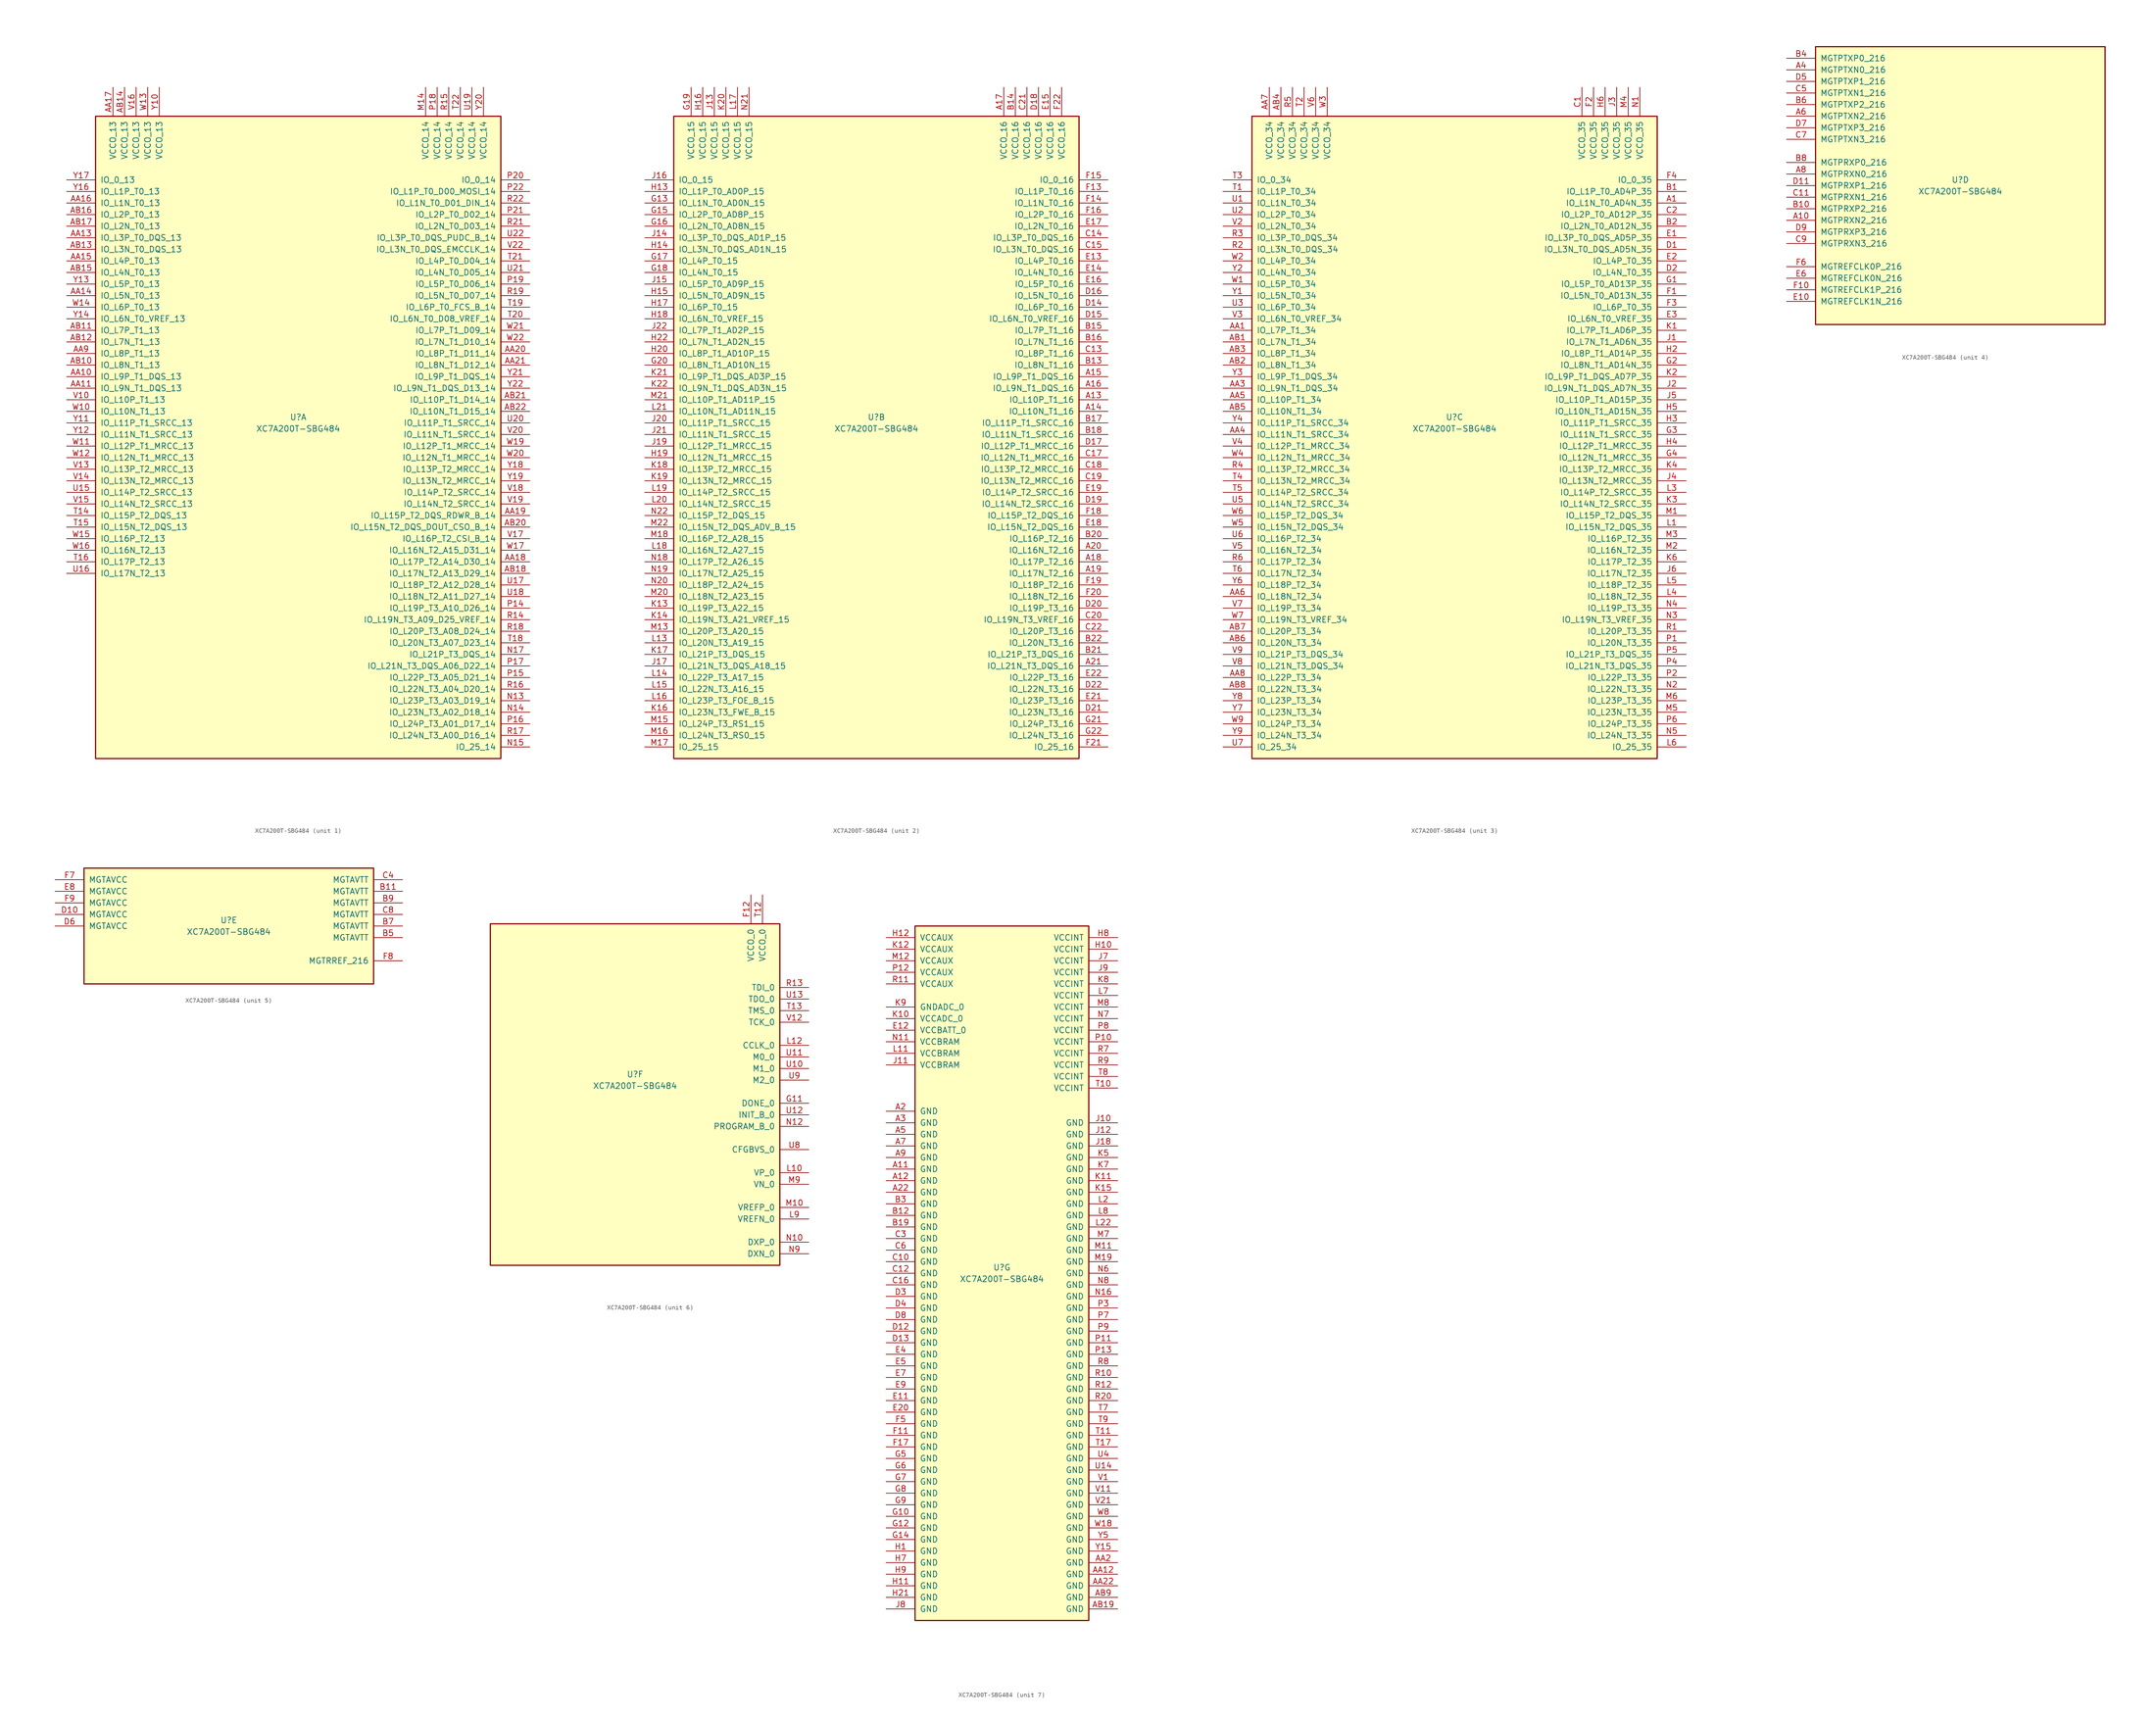
<source format=kicad_sym>
(kicad_symbol_lib
  (version 20201005)
  (generator kicad_symbol_editor)
  (symbol "FPGA_Xilinx_Artix7:XC7A200T-SBG484"
    (pin_names
      (offset 1.016))
    (property "Reference" "U"
      (at 0 1.27 0)
      (effects (font (size 1.27 1.27))))
    (property "Value" "XC7A200T-SBG484"
      (at 0 -1.27 0)
      (effects (font (size 1.27 1.27))))
    (property "Datasheet" ""
      (at 0 0 0)
      (effects (font (size 1.27 1.27))))
    (property "ki_locked" ""
      (at 0 0 0)
      (effects (font (size 1.27 1.27))))
    (symbol "XC7A200T-SBG484_1_1"
      (rectangle (start -44.45 67.31) (end 44.45 -73.66) (stroke (width 0.254)) (fill (type background)))
      (pin power_in line (at -40.64 73.66 270) (length 6.35) (name "VCCO_13" (effects (font (size 1.27 1.27)))) (number "AA17" (effects (font (size 1.27 1.27)))))
      (pin power_in line (at -38.1 73.66 270) (length 6.35) (name "VCCO_13" (effects (font (size 1.27 1.27)))) (number "AB14" (effects (font (size 1.27 1.27)))))
      (pin power_in line (at -35.56 73.66 270) (length 6.35) (name "VCCO_13" (effects (font (size 1.27 1.27)))) (number "V16" (effects (font (size 1.27 1.27)))))
      (pin power_in line (at -33.02 73.66 270) (length 6.35) (name "VCCO_13" (effects (font (size 1.27 1.27)))) (number "W13" (effects (font (size 1.27 1.27)))))
      (pin power_in line (at -30.48 73.66 270) (length 6.35) (name "VCCO_13" (effects (font (size 1.27 1.27)))) (number "Y10" (effects (font (size 1.27 1.27)))))
      (pin bidirectional line (at -50.8 53.34 0) (length 6.35) (name "IO_0_13" (effects (font (size 1.27 1.27)))) (number "Y17" (effects (font (size 1.27 1.27)))))
      (pin bidirectional line (at -50.8 50.8 0) (length 6.35) (name "IO_L1P_T0_13" (effects (font (size 1.27 1.27)))) (number "Y16" (effects (font (size 1.27 1.27)))))
      (pin bidirectional line (at -50.8 48.26 0) (length 6.35) (name "IO_L1N_T0_13" (effects (font (size 1.27 1.27)))) (number "AA16" (effects (font (size 1.27 1.27)))))
      (pin bidirectional line (at -50.8 45.72 0) (length 6.35) (name "IO_L2P_T0_13" (effects (font (size 1.27 1.27)))) (number "AB16" (effects (font (size 1.27 1.27)))))
      (pin bidirectional line (at -50.8 43.18 0) (length 6.35) (name "IO_L2N_T0_13" (effects (font (size 1.27 1.27)))) (number "AB17" (effects (font (size 1.27 1.27)))))
      (pin bidirectional line (at -50.8 40.64 0) (length 6.35) (name "IO_L3P_T0_DQS_13" (effects (font (size 1.27 1.27)))) (number "AA13" (effects (font (size 1.27 1.27)))))
      (pin bidirectional line (at -50.8 38.1 0) (length 6.35) (name "IO_L3N_T0_DQS_13" (effects (font (size 1.27 1.27)))) (number "AB13" (effects (font (size 1.27 1.27)))))
      (pin bidirectional line (at -50.8 35.56 0) (length 6.35) (name "IO_L4P_T0_13" (effects (font (size 1.27 1.27)))) (number "AA15" (effects (font (size 1.27 1.27)))))
      (pin bidirectional line (at -50.8 33.02 0) (length 6.35) (name "IO_L4N_T0_13" (effects (font (size 1.27 1.27)))) (number "AB15" (effects (font (size 1.27 1.27)))))
      (pin bidirectional line (at -50.8 30.48 0) (length 6.35) (name "IO_L5P_T0_13" (effects (font (size 1.27 1.27)))) (number "Y13" (effects (font (size 1.27 1.27)))))
      (pin bidirectional line (at -50.8 27.94 0) (length 6.35) (name "IO_L5N_T0_13" (effects (font (size 1.27 1.27)))) (number "AA14" (effects (font (size 1.27 1.27)))))
      (pin bidirectional line (at -50.8 25.4 0) (length 6.35) (name "IO_L6P_T0_13" (effects (font (size 1.27 1.27)))) (number "W14" (effects (font (size 1.27 1.27)))))
      (pin bidirectional line (at -50.8 22.86 0) (length 6.35) (name "IO_L6N_T0_VREF_13" (effects (font (size 1.27 1.27)))) (number "Y14" (effects (font (size 1.27 1.27)))))
      (pin bidirectional line (at -50.8 20.32 0) (length 6.35) (name "IO_L7P_T1_13" (effects (font (size 1.27 1.27)))) (number "AB11" (effects (font (size 1.27 1.27)))))
      (pin bidirectional line (at -50.8 17.78 0) (length 6.35) (name "IO_L7N_T1_13" (effects (font (size 1.27 1.27)))) (number "AB12" (effects (font (size 1.27 1.27)))))
      (pin bidirectional line (at -50.8 15.24 0) (length 6.35) (name "IO_L8P_T1_13" (effects (font (size 1.27 1.27)))) (number "AA9" (effects (font (size 1.27 1.27)))))
      (pin bidirectional line (at -50.8 12.7 0) (length 6.35) (name "IO_L8N_T1_13" (effects (font (size 1.27 1.27)))) (number "AB10" (effects (font (size 1.27 1.27)))))
      (pin bidirectional line (at -50.8 10.16 0) (length 6.35) (name "IO_L9P_T1_DQS_13" (effects (font (size 1.27 1.27)))) (number "AA10" (effects (font (size 1.27 1.27)))))
      (pin bidirectional line (at -50.8 7.62 0) (length 6.35) (name "IO_L9N_T1_DQS_13" (effects (font (size 1.27 1.27)))) (number "AA11" (effects (font (size 1.27 1.27)))))
      (pin bidirectional line (at -50.8 5.08 0) (length 6.35) (name "IO_L10P_T1_13" (effects (font (size 1.27 1.27)))) (number "V10" (effects (font (size 1.27 1.27)))))
      (pin bidirectional line (at -50.8 2.54 0) (length 6.35) (name "IO_L10N_T1_13" (effects (font (size 1.27 1.27)))) (number "W10" (effects (font (size 1.27 1.27)))))
      (pin bidirectional line (at -50.8 0 0) (length 6.35) (name "IO_L11P_T1_SRCC_13" (effects (font (size 1.27 1.27)))) (number "Y11" (effects (font (size 1.27 1.27)))))
      (pin bidirectional line (at -50.8 -2.54 0) (length 6.35) (name "IO_L11N_T1_SRCC_13" (effects (font (size 1.27 1.27)))) (number "Y12" (effects (font (size 1.27 1.27)))))
      (pin bidirectional line (at -50.8 -5.08 0) (length 6.35) (name "IO_L12P_T1_MRCC_13" (effects (font (size 1.27 1.27)))) (number "W11" (effects (font (size 1.27 1.27)))))
      (pin bidirectional line (at -50.8 -7.62 0) (length 6.35) (name "IO_L12N_T1_MRCC_13" (effects (font (size 1.27 1.27)))) (number "W12" (effects (font (size 1.27 1.27)))))
      (pin bidirectional line (at -50.8 -10.16 0) (length 6.35) (name "IO_L13P_T2_MRCC_13" (effects (font (size 1.27 1.27)))) (number "V13" (effects (font (size 1.27 1.27)))))
      (pin bidirectional line (at -50.8 -12.7 0) (length 6.35) (name "IO_L13N_T2_MRCC_13" (effects (font (size 1.27 1.27)))) (number "V14" (effects (font (size 1.27 1.27)))))
      (pin bidirectional line (at -50.8 -15.24 0) (length 6.35) (name "IO_L14P_T2_SRCC_13" (effects (font (size 1.27 1.27)))) (number "U15" (effects (font (size 1.27 1.27)))))
      (pin bidirectional line (at -50.8 -17.78 0) (length 6.35) (name "IO_L14N_T2_SRCC_13" (effects (font (size 1.27 1.27)))) (number "V15" (effects (font (size 1.27 1.27)))))
      (pin bidirectional line (at -50.8 -20.32 0) (length 6.35) (name "IO_L15P_T2_DQS_13" (effects (font (size 1.27 1.27)))) (number "T14" (effects (font (size 1.27 1.27)))))
      (pin bidirectional line (at -50.8 -22.86 0) (length 6.35) (name "IO_L15N_T2_DQS_13" (effects (font (size 1.27 1.27)))) (number "T15" (effects (font (size 1.27 1.27)))))
      (pin bidirectional line (at -50.8 -25.4 0) (length 6.35) (name "IO_L16P_T2_13" (effects (font (size 1.27 1.27)))) (number "W15" (effects (font (size 1.27 1.27)))))
      (pin bidirectional line (at -50.8 -27.94 0) (length 6.35) (name "IO_L16N_T2_13" (effects (font (size 1.27 1.27)))) (number "W16" (effects (font (size 1.27 1.27)))))
      (pin bidirectional line (at -50.8 -30.48 0) (length 6.35) (name "IO_L17P_T2_13" (effects (font (size 1.27 1.27)))) (number "T16" (effects (font (size 1.27 1.27)))))
      (pin bidirectional line (at -50.8 -33.02 0) (length 6.35) (name "IO_L17N_T2_13" (effects (font (size 1.27 1.27)))) (number "U16" (effects (font (size 1.27 1.27)))))
      (pin power_in line (at 27.94 73.66 270) (length 6.35) (name "VCCO_14" (effects (font (size 1.27 1.27)))) (number "M14" (effects (font (size 1.27 1.27)))))
      (pin power_in line (at 30.48 73.66 270) (length 6.35) (name "VCCO_14" (effects (font (size 1.27 1.27)))) (number "P18" (effects (font (size 1.27 1.27)))))
      (pin power_in line (at 33.02 73.66 270) (length 6.35) (name "VCCO_14" (effects (font (size 1.27 1.27)))) (number "R15" (effects (font (size 1.27 1.27)))))
      (pin power_in line (at 35.56 73.66 270) (length 6.35) (name "VCCO_14" (effects (font (size 1.27 1.27)))) (number "T22" (effects (font (size 1.27 1.27)))))
      (pin power_in line (at 38.1 73.66 270) (length 6.35) (name "VCCO_14" (effects (font (size 1.27 1.27)))) (number "U19" (effects (font (size 1.27 1.27)))))
      (pin power_in line (at 40.64 73.66 270) (length 6.35) (name "VCCO_14" (effects (font (size 1.27 1.27)))) (number "Y20" (effects (font (size 1.27 1.27)))))
      (pin bidirectional line (at 50.8 53.34 180) (length 6.35) (name "IO_0_14" (effects (font (size 1.27 1.27)))) (number "P20" (effects (font (size 1.27 1.27)))))
      (pin bidirectional line (at 50.8 50.8 180) (length 6.35) (name "IO_L1P_T0_D00_MOSI_14" (effects (font (size 1.27 1.27)))) (number "P22" (effects (font (size 1.27 1.27)))))
      (pin bidirectional line (at 50.8 48.26 180) (length 6.35) (name "IO_L1N_T0_D01_DIN_14" (effects (font (size 1.27 1.27)))) (number "R22" (effects (font (size 1.27 1.27)))))
      (pin bidirectional line (at 50.8 45.72 180) (length 6.35) (name "IO_L2P_T0_D02_14" (effects (font (size 1.27 1.27)))) (number "P21" (effects (font (size 1.27 1.27)))))
      (pin bidirectional line (at 50.8 43.18 180) (length 6.35) (name "IO_L2N_T0_D03_14" (effects (font (size 1.27 1.27)))) (number "R21" (effects (font (size 1.27 1.27)))))
      (pin bidirectional line (at 50.8 40.64 180) (length 6.35) (name "IO_L3P_T0_DQS_PUDC_B_14" (effects (font (size 1.27 1.27)))) (number "U22" (effects (font (size 1.27 1.27)))))
      (pin bidirectional line (at 50.8 38.1 180) (length 6.35) (name "IO_L3N_T0_DQS_EMCCLK_14" (effects (font (size 1.27 1.27)))) (number "V22" (effects (font (size 1.27 1.27)))))
      (pin bidirectional line (at 50.8 35.56 180) (length 6.35) (name "IO_L4P_T0_D04_14" (effects (font (size 1.27 1.27)))) (number "T21" (effects (font (size 1.27 1.27)))))
      (pin bidirectional line (at 50.8 33.02 180) (length 6.35) (name "IO_L4N_T0_D05_14" (effects (font (size 1.27 1.27)))) (number "U21" (effects (font (size 1.27 1.27)))))
      (pin bidirectional line (at 50.8 30.48 180) (length 6.35) (name "IO_L5P_T0_D06_14" (effects (font (size 1.27 1.27)))) (number "P19" (effects (font (size 1.27 1.27)))))
      (pin bidirectional line (at 50.8 27.94 180) (length 6.35) (name "IO_L5N_T0_D07_14" (effects (font (size 1.27 1.27)))) (number "R19" (effects (font (size 1.27 1.27)))))
      (pin bidirectional line (at 50.8 25.4 180) (length 6.35) (name "IO_L6P_T0_FCS_B_14" (effects (font (size 1.27 1.27)))) (number "T19" (effects (font (size 1.27 1.27)))))
      (pin bidirectional line (at 50.8 22.86 180) (length 6.35) (name "IO_L6N_T0_D08_VREF_14" (effects (font (size 1.27 1.27)))) (number "T20" (effects (font (size 1.27 1.27)))))
      (pin bidirectional line (at 50.8 20.32 180) (length 6.35) (name "IO_L7P_T1_D09_14" (effects (font (size 1.27 1.27)))) (number "W21" (effects (font (size 1.27 1.27)))))
      (pin bidirectional line (at 50.8 17.78 180) (length 6.35) (name "IO_L7N_T1_D10_14" (effects (font (size 1.27 1.27)))) (number "W22" (effects (font (size 1.27 1.27)))))
      (pin bidirectional line (at 50.8 15.24 180) (length 6.35) (name "IO_L8P_T1_D11_14" (effects (font (size 1.27 1.27)))) (number "AA20" (effects (font (size 1.27 1.27)))))
      (pin bidirectional line (at 50.8 12.7 180) (length 6.35) (name "IO_L8N_T1_D12_14" (effects (font (size 1.27 1.27)))) (number "AA21" (effects (font (size 1.27 1.27)))))
      (pin bidirectional line (at 50.8 10.16 180) (length 6.35) (name "IO_L9P_T1_DQS_14" (effects (font (size 1.27 1.27)))) (number "Y21" (effects (font (size 1.27 1.27)))))
      (pin bidirectional line (at 50.8 7.62 180) (length 6.35) (name "IO_L9N_T1_DQS_D13_14" (effects (font (size 1.27 1.27)))) (number "Y22" (effects (font (size 1.27 1.27)))))
      (pin bidirectional line (at 50.8 5.08 180) (length 6.35) (name "IO_L10P_T1_D14_14" (effects (font (size 1.27 1.27)))) (number "AB21" (effects (font (size 1.27 1.27)))))
      (pin bidirectional line (at 50.8 2.54 180) (length 6.35) (name "IO_L10N_T1_D15_14" (effects (font (size 1.27 1.27)))) (number "AB22" (effects (font (size 1.27 1.27)))))
      (pin bidirectional line (at 50.8 0 180) (length 6.35) (name "IO_L11P_T1_SRCC_14" (effects (font (size 1.27 1.27)))) (number "U20" (effects (font (size 1.27 1.27)))))
      (pin bidirectional line (at 50.8 -2.54 180) (length 6.35) (name "IO_L11N_T1_SRCC_14" (effects (font (size 1.27 1.27)))) (number "V20" (effects (font (size 1.27 1.27)))))
      (pin bidirectional line (at 50.8 -5.08 180) (length 6.35) (name "IO_L12P_T1_MRCC_14" (effects (font (size 1.27 1.27)))) (number "W19" (effects (font (size 1.27 1.27)))))
      (pin bidirectional line (at 50.8 -7.62 180) (length 6.35) (name "IO_L12N_T1_MRCC_14" (effects (font (size 1.27 1.27)))) (number "W20" (effects (font (size 1.27 1.27)))))
      (pin bidirectional line (at 50.8 -10.16 180) (length 6.35) (name "IO_L13P_T2_MRCC_14" (effects (font (size 1.27 1.27)))) (number "Y18" (effects (font (size 1.27 1.27)))))
      (pin bidirectional line (at 50.8 -12.7 180) (length 6.35) (name "IO_L13N_T2_MRCC_14" (effects (font (size 1.27 1.27)))) (number "Y19" (effects (font (size 1.27 1.27)))))
      (pin bidirectional line (at 50.8 -15.24 180) (length 6.35) (name "IO_L14P_T2_SRCC_14" (effects (font (size 1.27 1.27)))) (number "V18" (effects (font (size 1.27 1.27)))))
      (pin bidirectional line (at 50.8 -17.78 180) (length 6.35) (name "IO_L14N_T2_SRCC_14" (effects (font (size 1.27 1.27)))) (number "V19" (effects (font (size 1.27 1.27)))))
      (pin bidirectional line (at 50.8 -20.32 180) (length 6.35) (name "IO_L15P_T2_DQS_RDWR_B_14" (effects (font (size 1.27 1.27)))) (number "AA19" (effects (font (size 1.27 1.27)))))
      (pin bidirectional line (at 50.8 -22.86 180) (length 6.35) (name "IO_L15N_T2_DQS_DOUT_CSO_B_14" (effects (font (size 1.27 1.27)))) (number "AB20" (effects (font (size 1.27 1.27)))))
      (pin bidirectional line (at 50.8 -25.4 180) (length 6.35) (name "IO_L16P_T2_CSI_B_14" (effects (font (size 1.27 1.27)))) (number "V17" (effects (font (size 1.27 1.27)))))
      (pin bidirectional line (at 50.8 -27.94 180) (length 6.35) (name "IO_L16N_T2_A15_D31_14" (effects (font (size 1.27 1.27)))) (number "W17" (effects (font (size 1.27 1.27)))))
      (pin bidirectional line (at 50.8 -30.48 180) (length 6.35) (name "IO_L17P_T2_A14_D30_14" (effects (font (size 1.27 1.27)))) (number "AA18" (effects (font (size 1.27 1.27)))))
      (pin bidirectional line (at 50.8 -33.02 180) (length 6.35) (name "IO_L17N_T2_A13_D29_14" (effects (font (size 1.27 1.27)))) (number "AB18" (effects (font (size 1.27 1.27)))))
      (pin bidirectional line (at 50.8 -35.56 180) (length 6.35) (name "IO_L18P_T2_A12_D28_14" (effects (font (size 1.27 1.27)))) (number "U17" (effects (font (size 1.27 1.27)))))
      (pin bidirectional line (at 50.8 -38.1 180) (length 6.35) (name "IO_L18N_T2_A11_D27_14" (effects (font (size 1.27 1.27)))) (number "U18" (effects (font (size 1.27 1.27)))))
      (pin bidirectional line (at 50.8 -40.64 180) (length 6.35) (name "IO_L19P_T3_A10_D26_14" (effects (font (size 1.27 1.27)))) (number "P14" (effects (font (size 1.27 1.27)))))
      (pin bidirectional line (at 50.8 -43.18 180) (length 6.35) (name "IO_L19N_T3_A09_D25_VREF_14" (effects (font (size 1.27 1.27)))) (number "R14" (effects (font (size 1.27 1.27)))))
      (pin bidirectional line (at 50.8 -45.72 180) (length 6.35) (name "IO_L20P_T3_A08_D24_14" (effects (font (size 1.27 1.27)))) (number "R18" (effects (font (size 1.27 1.27)))))
      (pin bidirectional line (at 50.8 -48.26 180) (length 6.35) (name "IO_L20N_T3_A07_D23_14" (effects (font (size 1.27 1.27)))) (number "T18" (effects (font (size 1.27 1.27)))))
      (pin bidirectional line (at 50.8 -50.8 180) (length 6.35) (name "IO_L21P_T3_DQS_14" (effects (font (size 1.27 1.27)))) (number "N17" (effects (font (size 1.27 1.27)))))
      (pin bidirectional line (at 50.8 -53.34 180) (length 6.35) (name "IO_L21N_T3_DQS_A06_D22_14" (effects (font (size 1.27 1.27)))) (number "P17" (effects (font (size 1.27 1.27)))))
      (pin bidirectional line (at 50.8 -55.88 180) (length 6.35) (name "IO_L22P_T3_A05_D21_14" (effects (font (size 1.27 1.27)))) (number "P15" (effects (font (size 1.27 1.27)))))
      (pin bidirectional line (at 50.8 -58.42 180) (length 6.35) (name "IO_L22N_T3_A04_D20_14" (effects (font (size 1.27 1.27)))) (number "R16" (effects (font (size 1.27 1.27)))))
      (pin bidirectional line (at 50.8 -60.96 180) (length 6.35) (name "IO_L23P_T3_A03_D19_14" (effects (font (size 1.27 1.27)))) (number "N13" (effects (font (size 1.27 1.27)))))
      (pin bidirectional line (at 50.8 -63.5 180) (length 6.35) (name "IO_L23N_T3_A02_D18_14" (effects (font (size 1.27 1.27)))) (number "N14" (effects (font (size 1.27 1.27)))))
      (pin bidirectional line (at 50.8 -66.04 180) (length 6.35) (name "IO_L24P_T3_A01_D17_14" (effects (font (size 1.27 1.27)))) (number "P16" (effects (font (size 1.27 1.27)))))
      (pin bidirectional line (at 50.8 -68.58 180) (length 6.35) (name "IO_L24N_T3_A00_D16_14" (effects (font (size 1.27 1.27)))) (number "R17" (effects (font (size 1.27 1.27)))))
      (pin bidirectional line (at 50.8 -71.12 180) (length 6.35) (name "IO_25_14" (effects (font (size 1.27 1.27)))) (number "N15" (effects (font (size 1.27 1.27))))))
    (symbol "XC7A200T-SBG484_2_1"
      (rectangle (start -44.45 67.31) (end 44.45 -73.66) (stroke (width 0.254)) (fill (type background)))
      (pin power_in line (at -40.64 73.66 270) (length 6.35) (name "VCCO_15" (effects (font (size 1.27 1.27)))) (number "G19" (effects (font (size 1.27 1.27)))))
      (pin power_in line (at -38.1 73.66 270) (length 6.35) (name "VCCO_15" (effects (font (size 1.27 1.27)))) (number "H16" (effects (font (size 1.27 1.27)))))
      (pin power_in line (at -35.56 73.66 270) (length 6.35) (name "VCCO_15" (effects (font (size 1.27 1.27)))) (number "J13" (effects (font (size 1.27 1.27)))))
      (pin power_in line (at -33.02 73.66 270) (length 6.35) (name "VCCO_15" (effects (font (size 1.27 1.27)))) (number "K20" (effects (font (size 1.27 1.27)))))
      (pin power_in line (at -30.48 73.66 270) (length 6.35) (name "VCCO_15" (effects (font (size 1.27 1.27)))) (number "L17" (effects (font (size 1.27 1.27)))))
      (pin power_in line (at -27.94 73.66 270) (length 6.35) (name "VCCO_15" (effects (font (size 1.27 1.27)))) (number "N21" (effects (font (size 1.27 1.27)))))
      (pin bidirectional line (at -50.8 53.34 0) (length 6.35) (name "IO_0_15" (effects (font (size 1.27 1.27)))) (number "J16" (effects (font (size 1.27 1.27)))))
      (pin bidirectional line (at -50.8 50.8 0) (length 6.35) (name "IO_L1P_T0_AD0P_15" (effects (font (size 1.27 1.27)))) (number "H13" (effects (font (size 1.27 1.27)))))
      (pin bidirectional line (at -50.8 48.26 0) (length 6.35) (name "IO_L1N_T0_AD0N_15" (effects (font (size 1.27 1.27)))) (number "G13" (effects (font (size 1.27 1.27)))))
      (pin bidirectional line (at -50.8 45.72 0) (length 6.35) (name "IO_L2P_T0_AD8P_15" (effects (font (size 1.27 1.27)))) (number "G15" (effects (font (size 1.27 1.27)))))
      (pin bidirectional line (at -50.8 43.18 0) (length 6.35) (name "IO_L2N_T0_AD8N_15" (effects (font (size 1.27 1.27)))) (number "G16" (effects (font (size 1.27 1.27)))))
      (pin bidirectional line (at -50.8 40.64 0) (length 6.35) (name "IO_L3P_T0_DQS_AD1P_15" (effects (font (size 1.27 1.27)))) (number "J14" (effects (font (size 1.27 1.27)))))
      (pin bidirectional line (at -50.8 38.1 0) (length 6.35) (name "IO_L3N_T0_DQS_AD1N_15" (effects (font (size 1.27 1.27)))) (number "H14" (effects (font (size 1.27 1.27)))))
      (pin bidirectional line (at -50.8 35.56 0) (length 6.35) (name "IO_L4P_T0_15" (effects (font (size 1.27 1.27)))) (number "G17" (effects (font (size 1.27 1.27)))))
      (pin bidirectional line (at -50.8 33.02 0) (length 6.35) (name "IO_L4N_T0_15" (effects (font (size 1.27 1.27)))) (number "G18" (effects (font (size 1.27 1.27)))))
      (pin bidirectional line (at -50.8 30.48 0) (length 6.35) (name "IO_L5P_T0_AD9P_15" (effects (font (size 1.27 1.27)))) (number "J15" (effects (font (size 1.27 1.27)))))
      (pin bidirectional line (at -50.8 27.94 0) (length 6.35) (name "IO_L5N_T0_AD9N_15" (effects (font (size 1.27 1.27)))) (number "H15" (effects (font (size 1.27 1.27)))))
      (pin bidirectional line (at -50.8 25.4 0) (length 6.35) (name "IO_L6P_T0_15" (effects (font (size 1.27 1.27)))) (number "H17" (effects (font (size 1.27 1.27)))))
      (pin bidirectional line (at -50.8 22.86 0) (length 6.35) (name "IO_L6N_T0_VREF_15" (effects (font (size 1.27 1.27)))) (number "H18" (effects (font (size 1.27 1.27)))))
      (pin bidirectional line (at -50.8 20.32 0) (length 6.35) (name "IO_L7P_T1_AD2P_15" (effects (font (size 1.27 1.27)))) (number "J22" (effects (font (size 1.27 1.27)))))
      (pin bidirectional line (at -50.8 17.78 0) (length 6.35) (name "IO_L7N_T1_AD2N_15" (effects (font (size 1.27 1.27)))) (number "H22" (effects (font (size 1.27 1.27)))))
      (pin bidirectional line (at -50.8 15.24 0) (length 6.35) (name "IO_L8P_T1_AD10P_15" (effects (font (size 1.27 1.27)))) (number "H20" (effects (font (size 1.27 1.27)))))
      (pin bidirectional line (at -50.8 12.7 0) (length 6.35) (name "IO_L8N_T1_AD10N_15" (effects (font (size 1.27 1.27)))) (number "G20" (effects (font (size 1.27 1.27)))))
      (pin bidirectional line (at -50.8 10.16 0) (length 6.35) (name "IO_L9P_T1_DQS_AD3P_15" (effects (font (size 1.27 1.27)))) (number "K21" (effects (font (size 1.27 1.27)))))
      (pin bidirectional line (at -50.8 7.62 0) (length 6.35) (name "IO_L9N_T1_DQS_AD3N_15" (effects (font (size 1.27 1.27)))) (number "K22" (effects (font (size 1.27 1.27)))))
      (pin bidirectional line (at -50.8 5.08 0) (length 6.35) (name "IO_L10P_T1_AD11P_15" (effects (font (size 1.27 1.27)))) (number "M21" (effects (font (size 1.27 1.27)))))
      (pin bidirectional line (at -50.8 2.54 0) (length 6.35) (name "IO_L10N_T1_AD11N_15" (effects (font (size 1.27 1.27)))) (number "L21" (effects (font (size 1.27 1.27)))))
      (pin bidirectional line (at -50.8 0 0) (length 6.35) (name "IO_L11P_T1_SRCC_15" (effects (font (size 1.27 1.27)))) (number "J20" (effects (font (size 1.27 1.27)))))
      (pin bidirectional line (at -50.8 -2.54 0) (length 6.35) (name "IO_L11N_T1_SRCC_15" (effects (font (size 1.27 1.27)))) (number "J21" (effects (font (size 1.27 1.27)))))
      (pin bidirectional line (at -50.8 -5.08 0) (length 6.35) (name "IO_L12P_T1_MRCC_15" (effects (font (size 1.27 1.27)))) (number "J19" (effects (font (size 1.27 1.27)))))
      (pin bidirectional line (at -50.8 -7.62 0) (length 6.35) (name "IO_L12N_T1_MRCC_15" (effects (font (size 1.27 1.27)))) (number "H19" (effects (font (size 1.27 1.27)))))
      (pin bidirectional line (at -50.8 -10.16 0) (length 6.35) (name "IO_L13P_T2_MRCC_15" (effects (font (size 1.27 1.27)))) (number "K18" (effects (font (size 1.27 1.27)))))
      (pin bidirectional line (at -50.8 -12.7 0) (length 6.35) (name "IO_L13N_T2_MRCC_15" (effects (font (size 1.27 1.27)))) (number "K19" (effects (font (size 1.27 1.27)))))
      (pin bidirectional line (at -50.8 -15.24 0) (length 6.35) (name "IO_L14P_T2_SRCC_15" (effects (font (size 1.27 1.27)))) (number "L19" (effects (font (size 1.27 1.27)))))
      (pin bidirectional line (at -50.8 -17.78 0) (length 6.35) (name "IO_L14N_T2_SRCC_15" (effects (font (size 1.27 1.27)))) (number "L20" (effects (font (size 1.27 1.27)))))
      (pin bidirectional line (at -50.8 -20.32 0) (length 6.35) (name "IO_L15P_T2_DQS_15" (effects (font (size 1.27 1.27)))) (number "N22" (effects (font (size 1.27 1.27)))))
      (pin bidirectional line (at -50.8 -22.86 0) (length 6.35) (name "IO_L15N_T2_DQS_ADV_B_15" (effects (font (size 1.27 1.27)))) (number "M22" (effects (font (size 1.27 1.27)))))
      (pin bidirectional line (at -50.8 -25.4 0) (length 6.35) (name "IO_L16P_T2_A28_15" (effects (font (size 1.27 1.27)))) (number "M18" (effects (font (size 1.27 1.27)))))
      (pin bidirectional line (at -50.8 -27.94 0) (length 6.35) (name "IO_L16N_T2_A27_15" (effects (font (size 1.27 1.27)))) (number "L18" (effects (font (size 1.27 1.27)))))
      (pin bidirectional line (at -50.8 -30.48 0) (length 6.35) (name "IO_L17P_T2_A26_15" (effects (font (size 1.27 1.27)))) (number "N18" (effects (font (size 1.27 1.27)))))
      (pin bidirectional line (at -50.8 -33.02 0) (length 6.35) (name "IO_L17N_T2_A25_15" (effects (font (size 1.27 1.27)))) (number "N19" (effects (font (size 1.27 1.27)))))
      (pin bidirectional line (at -50.8 -35.56 0) (length 6.35) (name "IO_L18P_T2_A24_15" (effects (font (size 1.27 1.27)))) (number "N20" (effects (font (size 1.27 1.27)))))
      (pin bidirectional line (at -50.8 -38.1 0) (length 6.35) (name "IO_L18N_T2_A23_15" (effects (font (size 1.27 1.27)))) (number "M20" (effects (font (size 1.27 1.27)))))
      (pin bidirectional line (at -50.8 -40.64 0) (length 6.35) (name "IO_L19P_T3_A22_15" (effects (font (size 1.27 1.27)))) (number "K13" (effects (font (size 1.27 1.27)))))
      (pin bidirectional line (at -50.8 -43.18 0) (length 6.35) (name "IO_L19N_T3_A21_VREF_15" (effects (font (size 1.27 1.27)))) (number "K14" (effects (font (size 1.27 1.27)))))
      (pin bidirectional line (at -50.8 -45.72 0) (length 6.35) (name "IO_L20P_T3_A20_15" (effects (font (size 1.27 1.27)))) (number "M13" (effects (font (size 1.27 1.27)))))
      (pin bidirectional line (at -50.8 -48.26 0) (length 6.35) (name "IO_L20N_T3_A19_15" (effects (font (size 1.27 1.27)))) (number "L13" (effects (font (size 1.27 1.27)))))
      (pin bidirectional line (at -50.8 -50.8 0) (length 6.35) (name "IO_L21P_T3_DQS_15" (effects (font (size 1.27 1.27)))) (number "K17" (effects (font (size 1.27 1.27)))))
      (pin bidirectional line (at -50.8 -53.34 0) (length 6.35) (name "IO_L21N_T3_DQS_A18_15" (effects (font (size 1.27 1.27)))) (number "J17" (effects (font (size 1.27 1.27)))))
      (pin bidirectional line (at -50.8 -55.88 0) (length 6.35) (name "IO_L22P_T3_A17_15" (effects (font (size 1.27 1.27)))) (number "L14" (effects (font (size 1.27 1.27)))))
      (pin bidirectional line (at -50.8 -58.42 0) (length 6.35) (name "IO_L22N_T3_A16_15" (effects (font (size 1.27 1.27)))) (number "L15" (effects (font (size 1.27 1.27)))))
      (pin bidirectional line (at -50.8 -60.96 0) (length 6.35) (name "IO_L23P_T3_FOE_B_15" (effects (font (size 1.27 1.27)))) (number "L16" (effects (font (size 1.27 1.27)))))
      (pin bidirectional line (at -50.8 -63.5 0) (length 6.35) (name "IO_L23N_T3_FWE_B_15" (effects (font (size 1.27 1.27)))) (number "K16" (effects (font (size 1.27 1.27)))))
      (pin bidirectional line (at -50.8 -66.04 0) (length 6.35) (name "IO_L24P_T3_RS1_15" (effects (font (size 1.27 1.27)))) (number "M15" (effects (font (size 1.27 1.27)))))
      (pin bidirectional line (at -50.8 -68.58 0) (length 6.35) (name "IO_L24N_T3_RS0_15" (effects (font (size 1.27 1.27)))) (number "M16" (effects (font (size 1.27 1.27)))))
      (pin bidirectional line (at -50.8 -71.12 0) (length 6.35) (name "IO_25_15" (effects (font (size 1.27 1.27)))) (number "M17" (effects (font (size 1.27 1.27)))))
      (pin power_in line (at 27.94 73.66 270) (length 6.35) (name "VCCO_16" (effects (font (size 1.27 1.27)))) (number "A17" (effects (font (size 1.27 1.27)))))
      (pin power_in line (at 30.48 73.66 270) (length 6.35) (name "VCCO_16" (effects (font (size 1.27 1.27)))) (number "B14" (effects (font (size 1.27 1.27)))))
      (pin power_in line (at 33.02 73.66 270) (length 6.35) (name "VCCO_16" (effects (font (size 1.27 1.27)))) (number "C21" (effects (font (size 1.27 1.27)))))
      (pin power_in line (at 35.56 73.66 270) (length 6.35) (name "VCCO_16" (effects (font (size 1.27 1.27)))) (number "D18" (effects (font (size 1.27 1.27)))))
      (pin power_in line (at 38.1 73.66 270) (length 6.35) (name "VCCO_16" (effects (font (size 1.27 1.27)))) (number "E15" (effects (font (size 1.27 1.27)))))
      (pin power_in line (at 40.64 73.66 270) (length 6.35) (name "VCCO_16" (effects (font (size 1.27 1.27)))) (number "F22" (effects (font (size 1.27 1.27)))))
      (pin bidirectional line (at 50.8 53.34 180) (length 6.35) (name "IO_0_16" (effects (font (size 1.27 1.27)))) (number "F15" (effects (font (size 1.27 1.27)))))
      (pin bidirectional line (at 50.8 50.8 180) (length 6.35) (name "IO_L1P_T0_16" (effects (font (size 1.27 1.27)))) (number "F13" (effects (font (size 1.27 1.27)))))
      (pin bidirectional line (at 50.8 48.26 180) (length 6.35) (name "IO_L1N_T0_16" (effects (font (size 1.27 1.27)))) (number "F14" (effects (font (size 1.27 1.27)))))
      (pin bidirectional line (at 50.8 45.72 180) (length 6.35) (name "IO_L2P_T0_16" (effects (font (size 1.27 1.27)))) (number "F16" (effects (font (size 1.27 1.27)))))
      (pin bidirectional line (at 50.8 43.18 180) (length 6.35) (name "IO_L2N_T0_16" (effects (font (size 1.27 1.27)))) (number "E17" (effects (font (size 1.27 1.27)))))
      (pin bidirectional line (at 50.8 40.64 180) (length 6.35) (name "IO_L3P_T0_DQS_16" (effects (font (size 1.27 1.27)))) (number "C14" (effects (font (size 1.27 1.27)))))
      (pin bidirectional line (at 50.8 38.1 180) (length 6.35) (name "IO_L3N_T0_DQS_16" (effects (font (size 1.27 1.27)))) (number "C15" (effects (font (size 1.27 1.27)))))
      (pin bidirectional line (at 50.8 35.56 180) (length 6.35) (name "IO_L4P_T0_16" (effects (font (size 1.27 1.27)))) (number "E13" (effects (font (size 1.27 1.27)))))
      (pin bidirectional line (at 50.8 33.02 180) (length 6.35) (name "IO_L4N_T0_16" (effects (font (size 1.27 1.27)))) (number "E14" (effects (font (size 1.27 1.27)))))
      (pin bidirectional line (at 50.8 30.48 180) (length 6.35) (name "IO_L5P_T0_16" (effects (font (size 1.27 1.27)))) (number "E16" (effects (font (size 1.27 1.27)))))
      (pin bidirectional line (at 50.8 27.94 180) (length 6.35) (name "IO_L5N_T0_16" (effects (font (size 1.27 1.27)))) (number "D16" (effects (font (size 1.27 1.27)))))
      (pin bidirectional line (at 50.8 25.4 180) (length 6.35) (name "IO_L6P_T0_16" (effects (font (size 1.27 1.27)))) (number "D14" (effects (font (size 1.27 1.27)))))
      (pin bidirectional line (at 50.8 22.86 180) (length 6.35) (name "IO_L6N_T0_VREF_16" (effects (font (size 1.27 1.27)))) (number "D15" (effects (font (size 1.27 1.27)))))
      (pin bidirectional line (at 50.8 20.32 180) (length 6.35) (name "IO_L7P_T1_16" (effects (font (size 1.27 1.27)))) (number "B15" (effects (font (size 1.27 1.27)))))
      (pin bidirectional line (at 50.8 17.78 180) (length 6.35) (name "IO_L7N_T1_16" (effects (font (size 1.27 1.27)))) (number "B16" (effects (font (size 1.27 1.27)))))
      (pin bidirectional line (at 50.8 15.24 180) (length 6.35) (name "IO_L8P_T1_16" (effects (font (size 1.27 1.27)))) (number "C13" (effects (font (size 1.27 1.27)))))
      (pin bidirectional line (at 50.8 12.7 180) (length 6.35) (name "IO_L8N_T1_16" (effects (font (size 1.27 1.27)))) (number "B13" (effects (font (size 1.27 1.27)))))
      (pin bidirectional line (at 50.8 10.16 180) (length 6.35) (name "IO_L9P_T1_DQS_16" (effects (font (size 1.27 1.27)))) (number "A15" (effects (font (size 1.27 1.27)))))
      (pin bidirectional line (at 50.8 7.62 180) (length 6.35) (name "IO_L9N_T1_DQS_16" (effects (font (size 1.27 1.27)))) (number "A16" (effects (font (size 1.27 1.27)))))
      (pin bidirectional line (at 50.8 5.08 180) (length 6.35) (name "IO_L10P_T1_16" (effects (font (size 1.27 1.27)))) (number "A13" (effects (font (size 1.27 1.27)))))
      (pin bidirectional line (at 50.8 2.54 180) (length 6.35) (name "IO_L10N_T1_16" (effects (font (size 1.27 1.27)))) (number "A14" (effects (font (size 1.27 1.27)))))
      (pin bidirectional line (at 50.8 0 180) (length 6.35) (name "IO_L11P_T1_SRCC_16" (effects (font (size 1.27 1.27)))) (number "B17" (effects (font (size 1.27 1.27)))))
      (pin bidirectional line (at 50.8 -2.54 180) (length 6.35) (name "IO_L11N_T1_SRCC_16" (effects (font (size 1.27 1.27)))) (number "B18" (effects (font (size 1.27 1.27)))))
      (pin bidirectional line (at 50.8 -5.08 180) (length 6.35) (name "IO_L12P_T1_MRCC_16" (effects (font (size 1.27 1.27)))) (number "D17" (effects (font (size 1.27 1.27)))))
      (pin bidirectional line (at 50.8 -7.62 180) (length 6.35) (name "IO_L12N_T1_MRCC_16" (effects (font (size 1.27 1.27)))) (number "C17" (effects (font (size 1.27 1.27)))))
      (pin bidirectional line (at 50.8 -10.16 180) (length 6.35) (name "IO_L13P_T2_MRCC_16" (effects (font (size 1.27 1.27)))) (number "C18" (effects (font (size 1.27 1.27)))))
      (pin bidirectional line (at 50.8 -12.7 180) (length 6.35) (name "IO_L13N_T2_MRCC_16" (effects (font (size 1.27 1.27)))) (number "C19" (effects (font (size 1.27 1.27)))))
      (pin bidirectional line (at 50.8 -15.24 180) (length 6.35) (name "IO_L14P_T2_SRCC_16" (effects (font (size 1.27 1.27)))) (number "E19" (effects (font (size 1.27 1.27)))))
      (pin bidirectional line (at 50.8 -17.78 180) (length 6.35) (name "IO_L14N_T2_SRCC_16" (effects (font (size 1.27 1.27)))) (number "D19" (effects (font (size 1.27 1.27)))))
      (pin bidirectional line (at 50.8 -20.32 180) (length 6.35) (name "IO_L15P_T2_DQS_16" (effects (font (size 1.27 1.27)))) (number "F18" (effects (font (size 1.27 1.27)))))
      (pin bidirectional line (at 50.8 -22.86 180) (length 6.35) (name "IO_L15N_T2_DQS_16" (effects (font (size 1.27 1.27)))) (number "E18" (effects (font (size 1.27 1.27)))))
      (pin bidirectional line (at 50.8 -25.4 180) (length 6.35) (name "IO_L16P_T2_16" (effects (font (size 1.27 1.27)))) (number "B20" (effects (font (size 1.27 1.27)))))
      (pin bidirectional line (at 50.8 -27.94 180) (length 6.35) (name "IO_L16N_T2_16" (effects (font (size 1.27 1.27)))) (number "A20" (effects (font (size 1.27 1.27)))))
      (pin bidirectional line (at 50.8 -30.48 180) (length 6.35) (name "IO_L17P_T2_16" (effects (font (size 1.27 1.27)))) (number "A18" (effects (font (size 1.27 1.27)))))
      (pin bidirectional line (at 50.8 -33.02 180) (length 6.35) (name "IO_L17N_T2_16" (effects (font (size 1.27 1.27)))) (number "A19" (effects (font (size 1.27 1.27)))))
      (pin bidirectional line (at 50.8 -35.56 180) (length 6.35) (name "IO_L18P_T2_16" (effects (font (size 1.27 1.27)))) (number "F19" (effects (font (size 1.27 1.27)))))
      (pin bidirectional line (at 50.8 -38.1 180) (length 6.35) (name "IO_L18N_T2_16" (effects (font (size 1.27 1.27)))) (number "F20" (effects (font (size 1.27 1.27)))))
      (pin bidirectional line (at 50.8 -40.64 180) (length 6.35) (name "IO_L19P_T3_16" (effects (font (size 1.27 1.27)))) (number "D20" (effects (font (size 1.27 1.27)))))
      (pin bidirectional line (at 50.8 -43.18 180) (length 6.35) (name "IO_L19N_T3_VREF_16" (effects (font (size 1.27 1.27)))) (number "C20" (effects (font (size 1.27 1.27)))))
      (pin bidirectional line (at 50.8 -45.72 180) (length 6.35) (name "IO_L20P_T3_16" (effects (font (size 1.27 1.27)))) (number "C22" (effects (font (size 1.27 1.27)))))
      (pin bidirectional line (at 50.8 -48.26 180) (length 6.35) (name "IO_L20N_T3_16" (effects (font (size 1.27 1.27)))) (number "B22" (effects (font (size 1.27 1.27)))))
      (pin bidirectional line (at 50.8 -50.8 180) (length 6.35) (name "IO_L21P_T3_DQS_16" (effects (font (size 1.27 1.27)))) (number "B21" (effects (font (size 1.27 1.27)))))
      (pin bidirectional line (at 50.8 -53.34 180) (length 6.35) (name "IO_L21N_T3_DQS_16" (effects (font (size 1.27 1.27)))) (number "A21" (effects (font (size 1.27 1.27)))))
      (pin bidirectional line (at 50.8 -55.88 180) (length 6.35) (name "IO_L22P_T3_16" (effects (font (size 1.27 1.27)))) (number "E22" (effects (font (size 1.27 1.27)))))
      (pin bidirectional line (at 50.8 -58.42 180) (length 6.35) (name "IO_L22N_T3_16" (effects (font (size 1.27 1.27)))) (number "D22" (effects (font (size 1.27 1.27)))))
      (pin bidirectional line (at 50.8 -60.96 180) (length 6.35) (name "IO_L23P_T3_16" (effects (font (size 1.27 1.27)))) (number "E21" (effects (font (size 1.27 1.27)))))
      (pin bidirectional line (at 50.8 -63.5 180) (length 6.35) (name "IO_L23N_T3_16" (effects (font (size 1.27 1.27)))) (number "D21" (effects (font (size 1.27 1.27)))))
      (pin bidirectional line (at 50.8 -66.04 180) (length 6.35) (name "IO_L24P_T3_16" (effects (font (size 1.27 1.27)))) (number "G21" (effects (font (size 1.27 1.27)))))
      (pin bidirectional line (at 50.8 -68.58 180) (length 6.35) (name "IO_L24N_T3_16" (effects (font (size 1.27 1.27)))) (number "G22" (effects (font (size 1.27 1.27)))))
      (pin bidirectional line (at 50.8 -71.12 180) (length 6.35) (name "IO_25_16" (effects (font (size 1.27 1.27)))) (number "F21" (effects (font (size 1.27 1.27))))))
    (symbol "XC7A200T-SBG484_3_1"
      (rectangle (start -44.45 67.31) (end 44.45 -73.66) (stroke (width 0.254)) (fill (type background)))
      (pin power_in line (at -40.64 73.66 270) (length 6.35) (name "VCCO_34" (effects (font (size 1.27 1.27)))) (number "AA7" (effects (font (size 1.27 1.27)))))
      (pin power_in line (at -38.1 73.66 270) (length 6.35) (name "VCCO_34" (effects (font (size 1.27 1.27)))) (number "AB4" (effects (font (size 1.27 1.27)))))
      (pin power_in line (at -35.56 73.66 270) (length 6.35) (name "VCCO_34" (effects (font (size 1.27 1.27)))) (number "R5" (effects (font (size 1.27 1.27)))))
      (pin power_in line (at -33.02 73.66 270) (length 6.35) (name "VCCO_34" (effects (font (size 1.27 1.27)))) (number "T2" (effects (font (size 1.27 1.27)))))
      (pin power_in line (at -30.48 73.66 270) (length 6.35) (name "VCCO_34" (effects (font (size 1.27 1.27)))) (number "V6" (effects (font (size 1.27 1.27)))))
      (pin power_in line (at -27.94 73.66 270) (length 6.35) (name "VCCO_34" (effects (font (size 1.27 1.27)))) (number "W3" (effects (font (size 1.27 1.27)))))
      (pin bidirectional line (at -50.8 53.34 0) (length 6.35) (name "IO_0_34" (effects (font (size 1.27 1.27)))) (number "T3" (effects (font (size 1.27 1.27)))))
      (pin bidirectional line (at -50.8 50.8 0) (length 6.35) (name "IO_L1P_T0_34" (effects (font (size 1.27 1.27)))) (number "T1" (effects (font (size 1.27 1.27)))))
      (pin bidirectional line (at -50.8 48.26 0) (length 6.35) (name "IO_L1N_T0_34" (effects (font (size 1.27 1.27)))) (number "U1" (effects (font (size 1.27 1.27)))))
      (pin bidirectional line (at -50.8 45.72 0) (length 6.35) (name "IO_L2P_T0_34" (effects (font (size 1.27 1.27)))) (number "U2" (effects (font (size 1.27 1.27)))))
      (pin bidirectional line (at -50.8 43.18 0) (length 6.35) (name "IO_L2N_T0_34" (effects (font (size 1.27 1.27)))) (number "V2" (effects (font (size 1.27 1.27)))))
      (pin bidirectional line (at -50.8 40.64 0) (length 6.35) (name "IO_L3P_T0_DQS_34" (effects (font (size 1.27 1.27)))) (number "R3" (effects (font (size 1.27 1.27)))))
      (pin bidirectional line (at -50.8 38.1 0) (length 6.35) (name "IO_L3N_T0_DQS_34" (effects (font (size 1.27 1.27)))) (number "R2" (effects (font (size 1.27 1.27)))))
      (pin bidirectional line (at -50.8 35.56 0) (length 6.35) (name "IO_L4P_T0_34" (effects (font (size 1.27 1.27)))) (number "W2" (effects (font (size 1.27 1.27)))))
      (pin bidirectional line (at -50.8 33.02 0) (length 6.35) (name "IO_L4N_T0_34" (effects (font (size 1.27 1.27)))) (number "Y2" (effects (font (size 1.27 1.27)))))
      (pin bidirectional line (at -50.8 30.48 0) (length 6.35) (name "IO_L5P_T0_34" (effects (font (size 1.27 1.27)))) (number "W1" (effects (font (size 1.27 1.27)))))
      (pin bidirectional line (at -50.8 27.94 0) (length 6.35) (name "IO_L5N_T0_34" (effects (font (size 1.27 1.27)))) (number "Y1" (effects (font (size 1.27 1.27)))))
      (pin bidirectional line (at -50.8 25.4 0) (length 6.35) (name "IO_L6P_T0_34" (effects (font (size 1.27 1.27)))) (number "U3" (effects (font (size 1.27 1.27)))))
      (pin bidirectional line (at -50.8 22.86 0) (length 6.35) (name "IO_L6N_T0_VREF_34" (effects (font (size 1.27 1.27)))) (number "V3" (effects (font (size 1.27 1.27)))))
      (pin bidirectional line (at -50.8 20.32 0) (length 6.35) (name "IO_L7P_T1_34" (effects (font (size 1.27 1.27)))) (number "AA1" (effects (font (size 1.27 1.27)))))
      (pin bidirectional line (at -50.8 17.78 0) (length 6.35) (name "IO_L7N_T1_34" (effects (font (size 1.27 1.27)))) (number "AB1" (effects (font (size 1.27 1.27)))))
      (pin bidirectional line (at -50.8 15.24 0) (length 6.35) (name "IO_L8P_T1_34" (effects (font (size 1.27 1.27)))) (number "AB3" (effects (font (size 1.27 1.27)))))
      (pin bidirectional line (at -50.8 12.7 0) (length 6.35) (name "IO_L8N_T1_34" (effects (font (size 1.27 1.27)))) (number "AB2" (effects (font (size 1.27 1.27)))))
      (pin bidirectional line (at -50.8 10.16 0) (length 6.35) (name "IO_L9P_T1_DQS_34" (effects (font (size 1.27 1.27)))) (number "Y3" (effects (font (size 1.27 1.27)))))
      (pin bidirectional line (at -50.8 7.62 0) (length 6.35) (name "IO_L9N_T1_DQS_34" (effects (font (size 1.27 1.27)))) (number "AA3" (effects (font (size 1.27 1.27)))))
      (pin bidirectional line (at -50.8 5.08 0) (length 6.35) (name "IO_L10P_T1_34" (effects (font (size 1.27 1.27)))) (number "AA5" (effects (font (size 1.27 1.27)))))
      (pin bidirectional line (at -50.8 2.54 0) (length 6.35) (name "IO_L10N_T1_34" (effects (font (size 1.27 1.27)))) (number "AB5" (effects (font (size 1.27 1.27)))))
      (pin bidirectional line (at -50.8 0 0) (length 6.35) (name "IO_L11P_T1_SRCC_34" (effects (font (size 1.27 1.27)))) (number "Y4" (effects (font (size 1.27 1.27)))))
      (pin bidirectional line (at -50.8 -2.54 0) (length 6.35) (name "IO_L11N_T1_SRCC_34" (effects (font (size 1.27 1.27)))) (number "AA4" (effects (font (size 1.27 1.27)))))
      (pin bidirectional line (at -50.8 -5.08 0) (length 6.35) (name "IO_L12P_T1_MRCC_34" (effects (font (size 1.27 1.27)))) (number "V4" (effects (font (size 1.27 1.27)))))
      (pin bidirectional line (at -50.8 -7.62 0) (length 6.35) (name "IO_L12N_T1_MRCC_34" (effects (font (size 1.27 1.27)))) (number "W4" (effects (font (size 1.27 1.27)))))
      (pin bidirectional line (at -50.8 -10.16 0) (length 6.35) (name "IO_L13P_T2_MRCC_34" (effects (font (size 1.27 1.27)))) (number "R4" (effects (font (size 1.27 1.27)))))
      (pin bidirectional line (at -50.8 -12.7 0) (length 6.35) (name "IO_L13N_T2_MRCC_34" (effects (font (size 1.27 1.27)))) (number "T4" (effects (font (size 1.27 1.27)))))
      (pin bidirectional line (at -50.8 -15.24 0) (length 6.35) (name "IO_L14P_T2_SRCC_34" (effects (font (size 1.27 1.27)))) (number "T5" (effects (font (size 1.27 1.27)))))
      (pin bidirectional line (at -50.8 -17.78 0) (length 6.35) (name "IO_L14N_T2_SRCC_34" (effects (font (size 1.27 1.27)))) (number "U5" (effects (font (size 1.27 1.27)))))
      (pin bidirectional line (at -50.8 -20.32 0) (length 6.35) (name "IO_L15P_T2_DQS_34" (effects (font (size 1.27 1.27)))) (number "W6" (effects (font (size 1.27 1.27)))))
      (pin bidirectional line (at -50.8 -22.86 0) (length 6.35) (name "IO_L15N_T2_DQS_34" (effects (font (size 1.27 1.27)))) (number "W5" (effects (font (size 1.27 1.27)))))
      (pin bidirectional line (at -50.8 -25.4 0) (length 6.35) (name "IO_L16P_T2_34" (effects (font (size 1.27 1.27)))) (number "U6" (effects (font (size 1.27 1.27)))))
      (pin bidirectional line (at -50.8 -27.94 0) (length 6.35) (name "IO_L16N_T2_34" (effects (font (size 1.27 1.27)))) (number "V5" (effects (font (size 1.27 1.27)))))
      (pin bidirectional line (at -50.8 -30.48 0) (length 6.35) (name "IO_L17P_T2_34" (effects (font (size 1.27 1.27)))) (number "R6" (effects (font (size 1.27 1.27)))))
      (pin bidirectional line (at -50.8 -33.02 0) (length 6.35) (name "IO_L17N_T2_34" (effects (font (size 1.27 1.27)))) (number "T6" (effects (font (size 1.27 1.27)))))
      (pin bidirectional line (at -50.8 -35.56 0) (length 6.35) (name "IO_L18P_T2_34" (effects (font (size 1.27 1.27)))) (number "Y6" (effects (font (size 1.27 1.27)))))
      (pin bidirectional line (at -50.8 -38.1 0) (length 6.35) (name "IO_L18N_T2_34" (effects (font (size 1.27 1.27)))) (number "AA6" (effects (font (size 1.27 1.27)))))
      (pin bidirectional line (at -50.8 -40.64 0) (length 6.35) (name "IO_L19P_T3_34" (effects (font (size 1.27 1.27)))) (number "V7" (effects (font (size 1.27 1.27)))))
      (pin bidirectional line (at -50.8 -43.18 0) (length 6.35) (name "IO_L19N_T3_VREF_34" (effects (font (size 1.27 1.27)))) (number "W7" (effects (font (size 1.27 1.27)))))
      (pin bidirectional line (at -50.8 -45.72 0) (length 6.35) (name "IO_L20P_T3_34" (effects (font (size 1.27 1.27)))) (number "AB7" (effects (font (size 1.27 1.27)))))
      (pin bidirectional line (at -50.8 -48.26 0) (length 6.35) (name "IO_L20N_T3_34" (effects (font (size 1.27 1.27)))) (number "AB6" (effects (font (size 1.27 1.27)))))
      (pin bidirectional line (at -50.8 -50.8 0) (length 6.35) (name "IO_L21P_T3_DQS_34" (effects (font (size 1.27 1.27)))) (number "V9" (effects (font (size 1.27 1.27)))))
      (pin bidirectional line (at -50.8 -53.34 0) (length 6.35) (name "IO_L21N_T3_DQS_34" (effects (font (size 1.27 1.27)))) (number "V8" (effects (font (size 1.27 1.27)))))
      (pin bidirectional line (at -50.8 -55.88 0) (length 6.35) (name "IO_L22P_T3_34" (effects (font (size 1.27 1.27)))) (number "AA8" (effects (font (size 1.27 1.27)))))
      (pin bidirectional line (at -50.8 -58.42 0) (length 6.35) (name "IO_L22N_T3_34" (effects (font (size 1.27 1.27)))) (number "AB8" (effects (font (size 1.27 1.27)))))
      (pin bidirectional line (at -50.8 -60.96 0) (length 6.35) (name "IO_L23P_T3_34" (effects (font (size 1.27 1.27)))) (number "Y8" (effects (font (size 1.27 1.27)))))
      (pin bidirectional line (at -50.8 -63.5 0) (length 6.35) (name "IO_L23N_T3_34" (effects (font (size 1.27 1.27)))) (number "Y7" (effects (font (size 1.27 1.27)))))
      (pin bidirectional line (at -50.8 -66.04 0) (length 6.35) (name "IO_L24P_T3_34" (effects (font (size 1.27 1.27)))) (number "W9" (effects (font (size 1.27 1.27)))))
      (pin bidirectional line (at -50.8 -68.58 0) (length 6.35) (name "IO_L24N_T3_34" (effects (font (size 1.27 1.27)))) (number "Y9" (effects (font (size 1.27 1.27)))))
      (pin bidirectional line (at -50.8 -71.12 0) (length 6.35) (name "IO_25_34" (effects (font (size 1.27 1.27)))) (number "U7" (effects (font (size 1.27 1.27)))))
      (pin power_in line (at 27.94 73.66 270) (length 6.35) (name "VCCO_35" (effects (font (size 1.27 1.27)))) (number "C1" (effects (font (size 1.27 1.27)))))
      (pin power_in line (at 30.48 73.66 270) (length 6.35) (name "VCCO_35" (effects (font (size 1.27 1.27)))) (number "F2" (effects (font (size 1.27 1.27)))))
      (pin power_in line (at 33.02 73.66 270) (length 6.35) (name "VCCO_35" (effects (font (size 1.27 1.27)))) (number "H6" (effects (font (size 1.27 1.27)))))
      (pin power_in line (at 35.56 73.66 270) (length 6.35) (name "VCCO_35" (effects (font (size 1.27 1.27)))) (number "J3" (effects (font (size 1.27 1.27)))))
      (pin power_in line (at 38.1 73.66 270) (length 6.35) (name "VCCO_35" (effects (font (size 1.27 1.27)))) (number "M4" (effects (font (size 1.27 1.27)))))
      (pin power_in line (at 40.64 73.66 270) (length 6.35) (name "VCCO_35" (effects (font (size 1.27 1.27)))) (number "N1" (effects (font (size 1.27 1.27)))))
      (pin bidirectional line (at 50.8 53.34 180) (length 6.35) (name "IO_0_35" (effects (font (size 1.27 1.27)))) (number "F4" (effects (font (size 1.27 1.27)))))
      (pin bidirectional line (at 50.8 50.8 180) (length 6.35) (name "IO_L1P_T0_AD4P_35" (effects (font (size 1.27 1.27)))) (number "B1" (effects (font (size 1.27 1.27)))))
      (pin bidirectional line (at 50.8 48.26 180) (length 6.35) (name "IO_L1N_T0_AD4N_35" (effects (font (size 1.27 1.27)))) (number "A1" (effects (font (size 1.27 1.27)))))
      (pin bidirectional line (at 50.8 45.72 180) (length 6.35) (name "IO_L2P_T0_AD12P_35" (effects (font (size 1.27 1.27)))) (number "C2" (effects (font (size 1.27 1.27)))))
      (pin bidirectional line (at 50.8 43.18 180) (length 6.35) (name "IO_L2N_T0_AD12N_35" (effects (font (size 1.27 1.27)))) (number "B2" (effects (font (size 1.27 1.27)))))
      (pin bidirectional line (at 50.8 40.64 180) (length 6.35) (name "IO_L3P_T0_DQS_AD5P_35" (effects (font (size 1.27 1.27)))) (number "E1" (effects (font (size 1.27 1.27)))))
      (pin bidirectional line (at 50.8 38.1 180) (length 6.35) (name "IO_L3N_T0_DQS_AD5N_35" (effects (font (size 1.27 1.27)))) (number "D1" (effects (font (size 1.27 1.27)))))
      (pin bidirectional line (at 50.8 35.56 180) (length 6.35) (name "IO_L4P_T0_35" (effects (font (size 1.27 1.27)))) (number "E2" (effects (font (size 1.27 1.27)))))
      (pin bidirectional line (at 50.8 33.02 180) (length 6.35) (name "IO_L4N_T0_35" (effects (font (size 1.27 1.27)))) (number "D2" (effects (font (size 1.27 1.27)))))
      (pin bidirectional line (at 50.8 30.48 180) (length 6.35) (name "IO_L5P_T0_AD13P_35" (effects (font (size 1.27 1.27)))) (number "G1" (effects (font (size 1.27 1.27)))))
      (pin bidirectional line (at 50.8 27.94 180) (length 6.35) (name "IO_L5N_T0_AD13N_35" (effects (font (size 1.27 1.27)))) (number "F1" (effects (font (size 1.27 1.27)))))
      (pin bidirectional line (at 50.8 25.4 180) (length 6.35) (name "IO_L6P_T0_35" (effects (font (size 1.27 1.27)))) (number "F3" (effects (font (size 1.27 1.27)))))
      (pin bidirectional line (at 50.8 22.86 180) (length 6.35) (name "IO_L6N_T0_VREF_35" (effects (font (size 1.27 1.27)))) (number "E3" (effects (font (size 1.27 1.27)))))
      (pin bidirectional line (at 50.8 20.32 180) (length 6.35) (name "IO_L7P_T1_AD6P_35" (effects (font (size 1.27 1.27)))) (number "K1" (effects (font (size 1.27 1.27)))))
      (pin bidirectional line (at 50.8 17.78 180) (length 6.35) (name "IO_L7N_T1_AD6N_35" (effects (font (size 1.27 1.27)))) (number "J1" (effects (font (size 1.27 1.27)))))
      (pin bidirectional line (at 50.8 15.24 180) (length 6.35) (name "IO_L8P_T1_AD14P_35" (effects (font (size 1.27 1.27)))) (number "H2" (effects (font (size 1.27 1.27)))))
      (pin bidirectional line (at 50.8 12.7 180) (length 6.35) (name "IO_L8N_T1_AD14N_35" (effects (font (size 1.27 1.27)))) (number "G2" (effects (font (size 1.27 1.27)))))
      (pin bidirectional line (at 50.8 10.16 180) (length 6.35) (name "IO_L9P_T1_DQS_AD7P_35" (effects (font (size 1.27 1.27)))) (number "K2" (effects (font (size 1.27 1.27)))))
      (pin bidirectional line (at 50.8 7.62 180) (length 6.35) (name "IO_L9N_T1_DQS_AD7N_35" (effects (font (size 1.27 1.27)))) (number "J2" (effects (font (size 1.27 1.27)))))
      (pin bidirectional line (at 50.8 5.08 180) (length 6.35) (name "IO_L10P_T1_AD15P_35" (effects (font (size 1.27 1.27)))) (number "J5" (effects (font (size 1.27 1.27)))))
      (pin bidirectional line (at 50.8 2.54 180) (length 6.35) (name "IO_L10N_T1_AD15N_35" (effects (font (size 1.27 1.27)))) (number "H5" (effects (font (size 1.27 1.27)))))
      (pin bidirectional line (at 50.8 0 180) (length 6.35) (name "IO_L11P_T1_SRCC_35" (effects (font (size 1.27 1.27)))) (number "H3" (effects (font (size 1.27 1.27)))))
      (pin bidirectional line (at 50.8 -2.54 180) (length 6.35) (name "IO_L11N_T1_SRCC_35" (effects (font (size 1.27 1.27)))) (number "G3" (effects (font (size 1.27 1.27)))))
      (pin bidirectional line (at 50.8 -5.08 180) (length 6.35) (name "IO_L12P_T1_MRCC_35" (effects (font (size 1.27 1.27)))) (number "H4" (effects (font (size 1.27 1.27)))))
      (pin bidirectional line (at 50.8 -7.62 180) (length 6.35) (name "IO_L12N_T1_MRCC_35" (effects (font (size 1.27 1.27)))) (number "G4" (effects (font (size 1.27 1.27)))))
      (pin bidirectional line (at 50.8 -10.16 180) (length 6.35) (name "IO_L13P_T2_MRCC_35" (effects (font (size 1.27 1.27)))) (number "K4" (effects (font (size 1.27 1.27)))))
      (pin bidirectional line (at 50.8 -12.7 180) (length 6.35) (name "IO_L13N_T2_MRCC_35" (effects (font (size 1.27 1.27)))) (number "J4" (effects (font (size 1.27 1.27)))))
      (pin bidirectional line (at 50.8 -15.24 180) (length 6.35) (name "IO_L14P_T2_SRCC_35" (effects (font (size 1.27 1.27)))) (number "L3" (effects (font (size 1.27 1.27)))))
      (pin bidirectional line (at 50.8 -17.78 180) (length 6.35) (name "IO_L14N_T2_SRCC_35" (effects (font (size 1.27 1.27)))) (number "K3" (effects (font (size 1.27 1.27)))))
      (pin bidirectional line (at 50.8 -20.32 180) (length 6.35) (name "IO_L15P_T2_DQS_35" (effects (font (size 1.27 1.27)))) (number "M1" (effects (font (size 1.27 1.27)))))
      (pin bidirectional line (at 50.8 -22.86 180) (length 6.35) (name "IO_L15N_T2_DQS_35" (effects (font (size 1.27 1.27)))) (number "L1" (effects (font (size 1.27 1.27)))))
      (pin bidirectional line (at 50.8 -25.4 180) (length 6.35) (name "IO_L16P_T2_35" (effects (font (size 1.27 1.27)))) (number "M3" (effects (font (size 1.27 1.27)))))
      (pin bidirectional line (at 50.8 -27.94 180) (length 6.35) (name "IO_L16N_T2_35" (effects (font (size 1.27 1.27)))) (number "M2" (effects (font (size 1.27 1.27)))))
      (pin bidirectional line (at 50.8 -30.48 180) (length 6.35) (name "IO_L17P_T2_35" (effects (font (size 1.27 1.27)))) (number "K6" (effects (font (size 1.27 1.27)))))
      (pin bidirectional line (at 50.8 -33.02 180) (length 6.35) (name "IO_L17N_T2_35" (effects (font (size 1.27 1.27)))) (number "J6" (effects (font (size 1.27 1.27)))))
      (pin bidirectional line (at 50.8 -35.56 180) (length 6.35) (name "IO_L18P_T2_35" (effects (font (size 1.27 1.27)))) (number "L5" (effects (font (size 1.27 1.27)))))
      (pin bidirectional line (at 50.8 -38.1 180) (length 6.35) (name "IO_L18N_T2_35" (effects (font (size 1.27 1.27)))) (number "L4" (effects (font (size 1.27 1.27)))))
      (pin bidirectional line (at 50.8 -40.64 180) (length 6.35) (name "IO_L19P_T3_35" (effects (font (size 1.27 1.27)))) (number "N4" (effects (font (size 1.27 1.27)))))
      (pin bidirectional line (at 50.8 -43.18 180) (length 6.35) (name "IO_L19N_T3_VREF_35" (effects (font (size 1.27 1.27)))) (number "N3" (effects (font (size 1.27 1.27)))))
      (pin bidirectional line (at 50.8 -45.72 180) (length 6.35) (name "IO_L20P_T3_35" (effects (font (size 1.27 1.27)))) (number "R1" (effects (font (size 1.27 1.27)))))
      (pin bidirectional line (at 50.8 -48.26 180) (length 6.35) (name "IO_L20N_T3_35" (effects (font (size 1.27 1.27)))) (number "P1" (effects (font (size 1.27 1.27)))))
      (pin bidirectional line (at 50.8 -50.8 180) (length 6.35) (name "IO_L21P_T3_DQS_35" (effects (font (size 1.27 1.27)))) (number "P5" (effects (font (size 1.27 1.27)))))
      (pin bidirectional line (at 50.8 -53.34 180) (length 6.35) (name "IO_L21N_T3_DQS_35" (effects (font (size 1.27 1.27)))) (number "P4" (effects (font (size 1.27 1.27)))))
      (pin bidirectional line (at 50.8 -55.88 180) (length 6.35) (name "IO_L22P_T3_35" (effects (font (size 1.27 1.27)))) (number "P2" (effects (font (size 1.27 1.27)))))
      (pin bidirectional line (at 50.8 -58.42 180) (length 6.35) (name "IO_L22N_T3_35" (effects (font (size 1.27 1.27)))) (number "N2" (effects (font (size 1.27 1.27)))))
      (pin bidirectional line (at 50.8 -60.96 180) (length 6.35) (name "IO_L23P_T3_35" (effects (font (size 1.27 1.27)))) (number "M6" (effects (font (size 1.27 1.27)))))
      (pin bidirectional line (at 50.8 -63.5 180) (length 6.35) (name "IO_L23N_T3_35" (effects (font (size 1.27 1.27)))) (number "M5" (effects (font (size 1.27 1.27)))))
      (pin bidirectional line (at 50.8 -66.04 180) (length 6.35) (name "IO_L24P_T3_35" (effects (font (size 1.27 1.27)))) (number "P6" (effects (font (size 1.27 1.27)))))
      (pin bidirectional line (at 50.8 -68.58 180) (length 6.35) (name "IO_L24N_T3_35" (effects (font (size 1.27 1.27)))) (number "N5" (effects (font (size 1.27 1.27)))))
      (pin bidirectional line (at 50.8 -71.12 180) (length 6.35) (name "IO_25_35" (effects (font (size 1.27 1.27)))) (number "L6" (effects (font (size 1.27 1.27))))))
    (symbol "XC7A200T-SBG484_4_1"
      (rectangle (start -31.75 30.48) (end 31.75 -30.48) (stroke (width 0.254)) (fill (type background)))
      (pin bidirectional line (at -38.1 27.94 0) (length 6.35) (name "MGTPTXP0_216" (effects (font (size 1.27 1.27)))) (number "B4" (effects (font (size 1.27 1.27)))))
      (pin bidirectional line (at -38.1 25.4 0) (length 6.35) (name "MGTPTXN0_216" (effects (font (size 1.27 1.27)))) (number "A4" (effects (font (size 1.27 1.27)))))
      (pin bidirectional line (at -38.1 22.86 0) (length 6.35) (name "MGTPTXP1_216" (effects (font (size 1.27 1.27)))) (number "D5" (effects (font (size 1.27 1.27)))))
      (pin bidirectional line (at -38.1 20.32 0) (length 6.35) (name "MGTPTXN1_216" (effects (font (size 1.27 1.27)))) (number "C5" (effects (font (size 1.27 1.27)))))
      (pin bidirectional line (at -38.1 17.78 0) (length 6.35) (name "MGTPTXP2_216" (effects (font (size 1.27 1.27)))) (number "B6" (effects (font (size 1.27 1.27)))))
      (pin bidirectional line (at -38.1 15.24 0) (length 6.35) (name "MGTPTXN2_216" (effects (font (size 1.27 1.27)))) (number "A6" (effects (font (size 1.27 1.27)))))
      (pin bidirectional line (at -38.1 12.7 0) (length 6.35) (name "MGTPTXP3_216" (effects (font (size 1.27 1.27)))) (number "D7" (effects (font (size 1.27 1.27)))))
      (pin bidirectional line (at -38.1 10.16 0) (length 6.35) (name "MGTPTXN3_216" (effects (font (size 1.27 1.27)))) (number "C7" (effects (font (size 1.27 1.27)))))
      (pin bidirectional line (at -38.1 5.08 0) (length 6.35) (name "MGTPRXP0_216" (effects (font (size 1.27 1.27)))) (number "B8" (effects (font (size 1.27 1.27)))))
      (pin bidirectional line (at -38.1 2.54 0) (length 6.35) (name "MGTPRXN0_216" (effects (font (size 1.27 1.27)))) (number "A8" (effects (font (size 1.27 1.27)))))
      (pin bidirectional line (at -38.1 0 0) (length 6.35) (name "MGTPRXP1_216" (effects (font (size 1.27 1.27)))) (number "D11" (effects (font (size 1.27 1.27)))))
      (pin bidirectional line (at -38.1 -2.54 0) (length 6.35) (name "MGTPRXN1_216" (effects (font (size 1.27 1.27)))) (number "C11" (effects (font (size 1.27 1.27)))))
      (pin bidirectional line (at -38.1 -5.08 0) (length 6.35) (name "MGTPRXP2_216" (effects (font (size 1.27 1.27)))) (number "B10" (effects (font (size 1.27 1.27)))))
      (pin bidirectional line (at -38.1 -7.62 0) (length 6.35) (name "MGTPRXN2_216" (effects (font (size 1.27 1.27)))) (number "A10" (effects (font (size 1.27 1.27)))))
      (pin bidirectional line (at -38.1 -10.16 0) (length 6.35) (name "MGTPRXP3_216" (effects (font (size 1.27 1.27)))) (number "D9" (effects (font (size 1.27 1.27)))))
      (pin bidirectional line (at -38.1 -12.7 0) (length 6.35) (name "MGTPRXN3_216" (effects (font (size 1.27 1.27)))) (number "C9" (effects (font (size 1.27 1.27)))))
      (pin bidirectional line (at -38.1 -17.78 0) (length 6.35) (name "MGTREFCLK0P_216" (effects (font (size 1.27 1.27)))) (number "F6" (effects (font (size 1.27 1.27)))))
      (pin bidirectional line (at -38.1 -20.32 0) (length 6.35) (name "MGTREFCLK0N_216" (effects (font (size 1.27 1.27)))) (number "E6" (effects (font (size 1.27 1.27)))))
      (pin bidirectional line (at -38.1 -22.86 0) (length 6.35) (name "MGTREFCLK1P_216" (effects (font (size 1.27 1.27)))) (number "F10" (effects (font (size 1.27 1.27)))))
      (pin bidirectional line (at -38.1 -25.4 0) (length 6.35) (name "MGTREFCLK1N_216" (effects (font (size 1.27 1.27)))) (number "E10" (effects (font (size 1.27 1.27))))))
    (symbol "XC7A200T-SBG484_5_1"
      (rectangle (start -31.75 12.7) (end 31.75 -12.7) (stroke (width 0.254)) (fill (type background)))
      (pin power_in line (at -38.1 10.16 0) (length 6.35) (name "MGTAVCC" (effects (font (size 1.27 1.27)))) (number "F7" (effects (font (size 1.27 1.27)))))
      (pin power_in line (at -38.1 7.62 0) (length 6.35) (name "MGTAVCC" (effects (font (size 1.27 1.27)))) (number "E8" (effects (font (size 1.27 1.27)))))
      (pin power_in line (at -38.1 5.08 0) (length 6.35) (name "MGTAVCC" (effects (font (size 1.27 1.27)))) (number "F9" (effects (font (size 1.27 1.27)))))
      (pin power_in line (at -38.1 2.54 0) (length 6.35) (name "MGTAVCC" (effects (font (size 1.27 1.27)))) (number "D10" (effects (font (size 1.27 1.27)))))
      (pin power_in line (at -38.1 0 0) (length 6.35) (name "MGTAVCC" (effects (font (size 1.27 1.27)))) (number "D6" (effects (font (size 1.27 1.27)))))
      (pin power_in line (at 38.1 10.16 180) (length 6.35) (name "MGTAVTT" (effects (font (size 1.27 1.27)))) (number "C4" (effects (font (size 1.27 1.27)))))
      (pin power_in line (at 38.1 7.62 180) (length 6.35) (name "MGTAVTT" (effects (font (size 1.27 1.27)))) (number "B11" (effects (font (size 1.27 1.27)))))
      (pin power_in line (at 38.1 5.08 180) (length 6.35) (name "MGTAVTT" (effects (font (size 1.27 1.27)))) (number "B9" (effects (font (size 1.27 1.27)))))
      (pin power_in line (at 38.1 2.54 180) (length 6.35) (name "MGTAVTT" (effects (font (size 1.27 1.27)))) (number "C8" (effects (font (size 1.27 1.27)))))
      (pin power_in line (at 38.1 0 180) (length 6.35) (name "MGTAVTT" (effects (font (size 1.27 1.27)))) (number "B7" (effects (font (size 1.27 1.27)))))
      (pin power_in line (at 38.1 -2.54 180) (length 6.35) (name "MGTAVTT" (effects (font (size 1.27 1.27)))) (number "B5" (effects (font (size 1.27 1.27)))))
      (pin power_in line (at 38.1 -7.62 180) (length 6.35) (name "MGTRREF_216" (effects (font (size 1.27 1.27)))) (number "F8" (effects (font (size 1.27 1.27))))))
    (symbol "XC7A200T-SBG484_6_1"
      (rectangle (start -31.75 34.29) (end 31.75 -40.64) (stroke (width 0.254)) (fill (type background)))
      (pin power_in line (at 25.4 40.64 270) (length 6.35) (name "VCCO_0" (effects (font (size 1.27 1.27)))) (number "F12" (effects (font (size 1.27 1.27)))))
      (pin power_in line (at 27.94 40.64 270) (length 6.35) (name "VCCO_0" (effects (font (size 1.27 1.27)))) (number "T12" (effects (font (size 1.27 1.27)))))
      (pin bidirectional line (at 38.1 20.32 180) (length 6.35) (name "TDI_0" (effects (font (size 1.27 1.27)))) (number "R13" (effects (font (size 1.27 1.27)))))
      (pin bidirectional line (at 38.1 17.78 180) (length 6.35) (name "TDO_0" (effects (font (size 1.27 1.27)))) (number "U13" (effects (font (size 1.27 1.27)))))
      (pin bidirectional line (at 38.1 15.24 180) (length 6.35) (name "TMS_0" (effects (font (size 1.27 1.27)))) (number "T13" (effects (font (size 1.27 1.27)))))
      (pin bidirectional line (at 38.1 12.7 180) (length 6.35) (name "TCK_0" (effects (font (size 1.27 1.27)))) (number "V12" (effects (font (size 1.27 1.27)))))
      (pin bidirectional line (at 38.1 7.62 180) (length 6.35) (name "CCLK_0" (effects (font (size 1.27 1.27)))) (number "L12" (effects (font (size 1.27 1.27)))))
      (pin bidirectional line (at 38.1 5.08 180) (length 6.35) (name "M0_0" (effects (font (size 1.27 1.27)))) (number "U11" (effects (font (size 1.27 1.27)))))
      (pin bidirectional line (at 38.1 2.54 180) (length 6.35) (name "M1_0" (effects (font (size 1.27 1.27)))) (number "U10" (effects (font (size 1.27 1.27)))))
      (pin bidirectional line (at 38.1 0 180) (length 6.35) (name "M2_0" (effects (font (size 1.27 1.27)))) (number "U9" (effects (font (size 1.27 1.27)))))
      (pin bidirectional line (at 38.1 -5.08 180) (length 6.35) (name "DONE_0" (effects (font (size 1.27 1.27)))) (number "G11" (effects (font (size 1.27 1.27)))))
      (pin bidirectional line (at 38.1 -7.62 180) (length 6.35) (name "INIT_B_0" (effects (font (size 1.27 1.27)))) (number "U12" (effects (font (size 1.27 1.27)))))
      (pin bidirectional line (at 38.1 -10.16 180) (length 6.35) (name "PROGRAM_B_0" (effects (font (size 1.27 1.27)))) (number "N12" (effects (font (size 1.27 1.27)))))
      (pin bidirectional line (at 38.1 -15.24 180) (length 6.35) (name "CFGBVS_0" (effects (font (size 1.27 1.27)))) (number "U8" (effects (font (size 1.27 1.27)))))
      (pin bidirectional line (at 38.1 -20.32 180) (length 6.35) (name "VP_0" (effects (font (size 1.27 1.27)))) (number "L10" (effects (font (size 1.27 1.27)))))
      (pin bidirectional line (at 38.1 -22.86 180) (length 6.35) (name "VN_0" (effects (font (size 1.27 1.27)))) (number "M9" (effects (font (size 1.27 1.27)))))
      (pin bidirectional line (at 38.1 -27.94 180) (length 6.35) (name "VREFP_0" (effects (font (size 1.27 1.27)))) (number "M10" (effects (font (size 1.27 1.27)))))
      (pin bidirectional line (at 38.1 -30.48 180) (length 6.35) (name "VREFN_0" (effects (font (size 1.27 1.27)))) (number "L9" (effects (font (size 1.27 1.27)))))
      (pin bidirectional line (at 38.1 -35.56 180) (length 6.35) (name "DXP_0" (effects (font (size 1.27 1.27)))) (number "N10" (effects (font (size 1.27 1.27)))))
      (pin bidirectional line (at 38.1 -38.1 180) (length 6.35) (name "DXN_0" (effects (font (size 1.27 1.27)))) (number "N9" (effects (font (size 1.27 1.27))))))
    (symbol "XC7A200T-SBG484_7_1"
      (rectangle (start -19.05 76.2) (end 19.05 -76.2) (stroke (width 0.254)) (fill (type background)))
      (pin power_in line (at -25.4 73.66 0) (length 6.35) (name "VCCAUX" (effects (font (size 1.27 1.27)))) (number "H12" (effects (font (size 1.27 1.27)))))
      (pin power_in line (at -25.4 71.12 0) (length 6.35) (name "VCCAUX" (effects (font (size 1.27 1.27)))) (number "K12" (effects (font (size 1.27 1.27)))))
      (pin power_in line (at -25.4 68.58 0) (length 6.35) (name "VCCAUX" (effects (font (size 1.27 1.27)))) (number "M12" (effects (font (size 1.27 1.27)))))
      (pin power_in line (at -25.4 66.04 0) (length 6.35) (name "VCCAUX" (effects (font (size 1.27 1.27)))) (number "P12" (effects (font (size 1.27 1.27)))))
      (pin power_in line (at -25.4 63.5 0) (length 6.35) (name "VCCAUX" (effects (font (size 1.27 1.27)))) (number "R11" (effects (font (size 1.27 1.27)))))
      (pin power_in line (at -25.4 58.42 0) (length 6.35) (name "GNDADC_0" (effects (font (size 1.27 1.27)))) (number "K9" (effects (font (size 1.27 1.27)))))
      (pin power_in line (at -25.4 55.88 0) (length 6.35) (name "VCCADC_0" (effects (font (size 1.27 1.27)))) (number "K10" (effects (font (size 1.27 1.27)))))
      (pin power_in line (at -25.4 53.34 0) (length 6.35) (name "VCCBATT_0" (effects (font (size 1.27 1.27)))) (number "E12" (effects (font (size 1.27 1.27)))))
      (pin power_in line (at -25.4 50.8 0) (length 6.35) (name "VCCBRAM" (effects (font (size 1.27 1.27)))) (number "N11" (effects (font (size 1.27 1.27)))))
      (pin power_in line (at -25.4 48.26 0) (length 6.35) (name "VCCBRAM" (effects (font (size 1.27 1.27)))) (number "L11" (effects (font (size 1.27 1.27)))))
      (pin power_in line (at -25.4 45.72 0) (length 6.35) (name "VCCBRAM" (effects (font (size 1.27 1.27)))) (number "J11" (effects (font (size 1.27 1.27)))))
      (pin power_in line (at -25.4 35.56 0) (length 6.35) (name "GND" (effects (font (size 1.27 1.27)))) (number "A2" (effects (font (size 1.27 1.27)))))
      (pin power_in line (at -25.4 33.02 0) (length 6.35) (name "GND" (effects (font (size 1.27 1.27)))) (number "A3" (effects (font (size 1.27 1.27)))))
      (pin power_in line (at -25.4 30.48 0) (length 6.35) (name "GND" (effects (font (size 1.27 1.27)))) (number "A5" (effects (font (size 1.27 1.27)))))
      (pin power_in line (at -25.4 27.94 0) (length 6.35) (name "GND" (effects (font (size 1.27 1.27)))) (number "A7" (effects (font (size 1.27 1.27)))))
      (pin power_in line (at -25.4 25.4 0) (length 6.35) (name "GND" (effects (font (size 1.27 1.27)))) (number "A9" (effects (font (size 1.27 1.27)))))
      (pin power_in line (at -25.4 22.86 0) (length 6.35) (name "GND" (effects (font (size 1.27 1.27)))) (number "A11" (effects (font (size 1.27 1.27)))))
      (pin power_in line (at -25.4 20.32 0) (length 6.35) (name "GND" (effects (font (size 1.27 1.27)))) (number "A12" (effects (font (size 1.27 1.27)))))
      (pin power_in line (at -25.4 17.78 0) (length 6.35) (name "GND" (effects (font (size 1.27 1.27)))) (number "A22" (effects (font (size 1.27 1.27)))))
      (pin power_in line (at -25.4 15.24 0) (length 6.35) (name "GND" (effects (font (size 1.27 1.27)))) (number "B3" (effects (font (size 1.27 1.27)))))
      (pin power_in line (at -25.4 12.7 0) (length 6.35) (name "GND" (effects (font (size 1.27 1.27)))) (number "B12" (effects (font (size 1.27 1.27)))))
      (pin power_in line (at -25.4 10.16 0) (length 6.35) (name "GND" (effects (font (size 1.27 1.27)))) (number "B19" (effects (font (size 1.27 1.27)))))
      (pin power_in line (at -25.4 7.62 0) (length 6.35) (name "GND" (effects (font (size 1.27 1.27)))) (number "C3" (effects (font (size 1.27 1.27)))))
      (pin power_in line (at -25.4 5.08 0) (length 6.35) (name "GND" (effects (font (size 1.27 1.27)))) (number "C6" (effects (font (size 1.27 1.27)))))
      (pin power_in line (at -25.4 2.54 0) (length 6.35) (name "GND" (effects (font (size 1.27 1.27)))) (number "C10" (effects (font (size 1.27 1.27)))))
      (pin power_in line (at -25.4 0 0) (length 6.35) (name "GND" (effects (font (size 1.27 1.27)))) (number "C12" (effects (font (size 1.27 1.27)))))
      (pin power_in line (at -25.4 -2.54 0) (length 6.35) (name "GND" (effects (font (size 1.27 1.27)))) (number "C16" (effects (font (size 1.27 1.27)))))
      (pin power_in line (at -25.4 -5.08 0) (length 6.35) (name "GND" (effects (font (size 1.27 1.27)))) (number "D3" (effects (font (size 1.27 1.27)))))
      (pin power_in line (at -25.4 -7.62 0) (length 6.35) (name "GND" (effects (font (size 1.27 1.27)))) (number "D4" (effects (font (size 1.27 1.27)))))
      (pin power_in line (at -25.4 -10.16 0) (length 6.35) (name "GND" (effects (font (size 1.27 1.27)))) (number "D8" (effects (font (size 1.27 1.27)))))
      (pin power_in line (at -25.4 -12.7 0) (length 6.35) (name "GND" (effects (font (size 1.27 1.27)))) (number "D12" (effects (font (size 1.27 1.27)))))
      (pin power_in line (at -25.4 -15.24 0) (length 6.35) (name "GND" (effects (font (size 1.27 1.27)))) (number "D13" (effects (font (size 1.27 1.27)))))
      (pin power_in line (at -25.4 -17.78 0) (length 6.35) (name "GND" (effects (font (size 1.27 1.27)))) (number "E4" (effects (font (size 1.27 1.27)))))
      (pin power_in line (at -25.4 -20.32 0) (length 6.35) (name "GND" (effects (font (size 1.27 1.27)))) (number "E5" (effects (font (size 1.27 1.27)))))
      (pin power_in line (at -25.4 -22.86 0) (length 6.35) (name "GND" (effects (font (size 1.27 1.27)))) (number "E7" (effects (font (size 1.27 1.27)))))
      (pin power_in line (at -25.4 -25.4 0) (length 6.35) (name "GND" (effects (font (size 1.27 1.27)))) (number "E9" (effects (font (size 1.27 1.27)))))
      (pin power_in line (at -25.4 -27.94 0) (length 6.35) (name "GND" (effects (font (size 1.27 1.27)))) (number "E11" (effects (font (size 1.27 1.27)))))
      (pin power_in line (at -25.4 -30.48 0) (length 6.35) (name "GND" (effects (font (size 1.27 1.27)))) (number "E20" (effects (font (size 1.27 1.27)))))
      (pin power_in line (at -25.4 -33.02 0) (length 6.35) (name "GND" (effects (font (size 1.27 1.27)))) (number "F5" (effects (font (size 1.27 1.27)))))
      (pin power_in line (at -25.4 -35.56 0) (length 6.35) (name "GND" (effects (font (size 1.27 1.27)))) (number "F11" (effects (font (size 1.27 1.27)))))
      (pin power_in line (at -25.4 -38.1 0) (length 6.35) (name "GND" (effects (font (size 1.27 1.27)))) (number "F17" (effects (font (size 1.27 1.27)))))
      (pin power_in line (at -25.4 -40.64 0) (length 6.35) (name "GND" (effects (font (size 1.27 1.27)))) (number "G5" (effects (font (size 1.27 1.27)))))
      (pin power_in line (at -25.4 -43.18 0) (length 6.35) (name "GND" (effects (font (size 1.27 1.27)))) (number "G6" (effects (font (size 1.27 1.27)))))
      (pin power_in line (at -25.4 -45.72 0) (length 6.35) (name "GND" (effects (font (size 1.27 1.27)))) (number "G7" (effects (font (size 1.27 1.27)))))
      (pin power_in line (at -25.4 -48.26 0) (length 6.35) (name "GND" (effects (font (size 1.27 1.27)))) (number "G8" (effects (font (size 1.27 1.27)))))
      (pin power_in line (at -25.4 -50.8 0) (length 6.35) (name "GND" (effects (font (size 1.27 1.27)))) (number "G9" (effects (font (size 1.27 1.27)))))
      (pin power_in line (at -25.4 -53.34 0) (length 6.35) (name "GND" (effects (font (size 1.27 1.27)))) (number "G10" (effects (font (size 1.27 1.27)))))
      (pin power_in line (at -25.4 -55.88 0) (length 6.35) (name "GND" (effects (font (size 1.27 1.27)))) (number "G12" (effects (font (size 1.27 1.27)))))
      (pin power_in line (at -25.4 -58.42 0) (length 6.35) (name "GND" (effects (font (size 1.27 1.27)))) (number "G14" (effects (font (size 1.27 1.27)))))
      (pin power_in line (at -25.4 -60.96 0) (length 6.35) (name "GND" (effects (font (size 1.27 1.27)))) (number "H1" (effects (font (size 1.27 1.27)))))
      (pin power_in line (at -25.4 -63.5 0) (length 6.35) (name "GND" (effects (font (size 1.27 1.27)))) (number "H7" (effects (font (size 1.27 1.27)))))
      (pin power_in line (at -25.4 -66.04 0) (length 6.35) (name "GND" (effects (font (size 1.27 1.27)))) (number "H9" (effects (font (size 1.27 1.27)))))
      (pin power_in line (at -25.4 -68.58 0) (length 6.35) (name "GND" (effects (font (size 1.27 1.27)))) (number "H11" (effects (font (size 1.27 1.27)))))
      (pin power_in line (at -25.4 -71.12 0) (length 6.35) (name "GND" (effects (font (size 1.27 1.27)))) (number "H21" (effects (font (size 1.27 1.27)))))
      (pin power_in line (at -25.4 -73.66 0) (length 6.35) (name "GND" (effects (font (size 1.27 1.27)))) (number "J8" (effects (font (size 1.27 1.27)))))
      (pin power_in line (at 25.4 73.66 180) (length 6.35) (name "VCCINT" (effects (font (size 1.27 1.27)))) (number "H8" (effects (font (size 1.27 1.27)))))
      (pin power_in line (at 25.4 71.12 180) (length 6.35) (name "VCCINT" (effects (font (size 1.27 1.27)))) (number "H10" (effects (font (size 1.27 1.27)))))
      (pin power_in line (at 25.4 68.58 180) (length 6.35) (name "VCCINT" (effects (font (size 1.27 1.27)))) (number "J7" (effects (font (size 1.27 1.27)))))
      (pin power_in line (at 25.4 66.04 180) (length 6.35) (name "VCCINT" (effects (font (size 1.27 1.27)))) (number "J9" (effects (font (size 1.27 1.27)))))
      (pin power_in line (at 25.4 63.5 180) (length 6.35) (name "VCCINT" (effects (font (size 1.27 1.27)))) (number "K8" (effects (font (size 1.27 1.27)))))
      (pin power_in line (at 25.4 60.96 180) (length 6.35) (name "VCCINT" (effects (font (size 1.27 1.27)))) (number "L7" (effects (font (size 1.27 1.27)))))
      (pin power_in line (at 25.4 58.42 180) (length 6.35) (name "VCCINT" (effects (font (size 1.27 1.27)))) (number "M8" (effects (font (size 1.27 1.27)))))
      (pin power_in line (at 25.4 55.88 180) (length 6.35) (name "VCCINT" (effects (font (size 1.27 1.27)))) (number "N7" (effects (font (size 1.27 1.27)))))
      (pin power_in line (at 25.4 53.34 180) (length 6.35) (name "VCCINT" (effects (font (size 1.27 1.27)))) (number "P8" (effects (font (size 1.27 1.27)))))
      (pin power_in line (at 25.4 50.8 180) (length 6.35) (name "VCCINT" (effects (font (size 1.27 1.27)))) (number "P10" (effects (font (size 1.27 1.27)))))
      (pin power_in line (at 25.4 48.26 180) (length 6.35) (name "VCCINT" (effects (font (size 1.27 1.27)))) (number "R7" (effects (font (size 1.27 1.27)))))
      (pin power_in line (at 25.4 45.72 180) (length 6.35) (name "VCCINT" (effects (font (size 1.27 1.27)))) (number "R9" (effects (font (size 1.27 1.27)))))
      (pin power_in line (at 25.4 43.18 180) (length 6.35) (name "VCCINT" (effects (font (size 1.27 1.27)))) (number "T8" (effects (font (size 1.27 1.27)))))
      (pin power_in line (at 25.4 40.64 180) (length 6.35) (name "VCCINT" (effects (font (size 1.27 1.27)))) (number "T10" (effects (font (size 1.27 1.27)))))
      (pin power_in line (at 25.4 33.02 180) (length 6.35) (name "GND" (effects (font (size 1.27 1.27)))) (number "J10" (effects (font (size 1.27 1.27)))))
      (pin power_in line (at 25.4 30.48 180) (length 6.35) (name "GND" (effects (font (size 1.27 1.27)))) (number "J12" (effects (font (size 1.27 1.27)))))
      (pin power_in line (at 25.4 27.94 180) (length 6.35) (name "GND" (effects (font (size 1.27 1.27)))) (number "J18" (effects (font (size 1.27 1.27)))))
      (pin power_in line (at 25.4 25.4 180) (length 6.35) (name "GND" (effects (font (size 1.27 1.27)))) (number "K5" (effects (font (size 1.27 1.27)))))
      (pin power_in line (at 25.4 22.86 180) (length 6.35) (name "GND" (effects (font (size 1.27 1.27)))) (number "K7" (effects (font (size 1.27 1.27)))))
      (pin power_in line (at 25.4 20.32 180) (length 6.35) (name "GND" (effects (font (size 1.27 1.27)))) (number "K11" (effects (font (size 1.27 1.27)))))
      (pin power_in line (at 25.4 17.78 180) (length 6.35) (name "GND" (effects (font (size 1.27 1.27)))) (number "K15" (effects (font (size 1.27 1.27)))))
      (pin power_in line (at 25.4 15.24 180) (length 6.35) (name "GND" (effects (font (size 1.27 1.27)))) (number "L2" (effects (font (size 1.27 1.27)))))
      (pin power_in line (at 25.4 12.7 180) (length 6.35) (name "GND" (effects (font (size 1.27 1.27)))) (number "L8" (effects (font (size 1.27 1.27)))))
      (pin power_in line (at 25.4 10.16 180) (length 6.35) (name "GND" (effects (font (size 1.27 1.27)))) (number "L22" (effects (font (size 1.27 1.27)))))
      (pin power_in line (at 25.4 7.62 180) (length 6.35) (name "GND" (effects (font (size 1.27 1.27)))) (number "M7" (effects (font (size 1.27 1.27)))))
      (pin power_in line (at 25.4 5.08 180) (length 6.35) (name "GND" (effects (font (size 1.27 1.27)))) (number "M11" (effects (font (size 1.27 1.27)))))
      (pin power_in line (at 25.4 2.54 180) (length 6.35) (name "GND" (effects (font (size 1.27 1.27)))) (number "M19" (effects (font (size 1.27 1.27)))))
      (pin power_in line (at 25.4 0 180) (length 6.35) (name "GND" (effects (font (size 1.27 1.27)))) (number "N6" (effects (font (size 1.27 1.27)))))
      (pin power_in line (at 25.4 -2.54 180) (length 6.35) (name "GND" (effects (font (size 1.27 1.27)))) (number "N8" (effects (font (size 1.27 1.27)))))
      (pin power_in line (at 25.4 -5.08 180) (length 6.35) (name "GND" (effects (font (size 1.27 1.27)))) (number "N16" (effects (font (size 1.27 1.27)))))
      (pin power_in line (at 25.4 -7.62 180) (length 6.35) (name "GND" (effects (font (size 1.27 1.27)))) (number "P3" (effects (font (size 1.27 1.27)))))
      (pin power_in line (at 25.4 -10.16 180) (length 6.35) (name "GND" (effects (font (size 1.27 1.27)))) (number "P7" (effects (font (size 1.27 1.27)))))
      (pin power_in line (at 25.4 -12.7 180) (length 6.35) (name "GND" (effects (font (size 1.27 1.27)))) (number "P9" (effects (font (size 1.27 1.27)))))
      (pin power_in line (at 25.4 -15.24 180) (length 6.35) (name "GND" (effects (font (size 1.27 1.27)))) (number "P11" (effects (font (size 1.27 1.27)))))
      (pin power_in line (at 25.4 -17.78 180) (length 6.35) (name "GND" (effects (font (size 1.27 1.27)))) (number "P13" (effects (font (size 1.27 1.27)))))
      (pin power_in line (at 25.4 -20.32 180) (length 6.35) (name "GND" (effects (font (size 1.27 1.27)))) (number "R8" (effects (font (size 1.27 1.27)))))
      (pin power_in line (at 25.4 -22.86 180) (length 6.35) (name "GND" (effects (font (size 1.27 1.27)))) (number "R10" (effects (font (size 1.27 1.27)))))
      (pin power_in line (at 25.4 -25.4 180) (length 6.35) (name "GND" (effects (font (size 1.27 1.27)))) (number "R12" (effects (font (size 1.27 1.27)))))
      (pin power_in line (at 25.4 -27.94 180) (length 6.35) (name "GND" (effects (font (size 1.27 1.27)))) (number "R20" (effects (font (size 1.27 1.27)))))
      (pin power_in line (at 25.4 -30.48 180) (length 6.35) (name "GND" (effects (font (size 1.27 1.27)))) (number "T7" (effects (font (size 1.27 1.27)))))
      (pin power_in line (at 25.4 -33.02 180) (length 6.35) (name "GND" (effects (font (size 1.27 1.27)))) (number "T9" (effects (font (size 1.27 1.27)))))
      (pin power_in line (at 25.4 -35.56 180) (length 6.35) (name "GND" (effects (font (size 1.27 1.27)))) (number "T11" (effects (font (size 1.27 1.27)))))
      (pin power_in line (at 25.4 -38.1 180) (length 6.35) (name "GND" (effects (font (size 1.27 1.27)))) (number "T17" (effects (font (size 1.27 1.27)))))
      (pin power_in line (at 25.4 -40.64 180) (length 6.35) (name "GND" (effects (font (size 1.27 1.27)))) (number "U4" (effects (font (size 1.27 1.27)))))
      (pin power_in line (at 25.4 -43.18 180) (length 6.35) (name "GND" (effects (font (size 1.27 1.27)))) (number "U14" (effects (font (size 1.27 1.27)))))
      (pin power_in line (at 25.4 -45.72 180) (length 6.35) (name "GND" (effects (font (size 1.27 1.27)))) (number "V1" (effects (font (size 1.27 1.27)))))
      (pin power_in line (at 25.4 -48.26 180) (length 6.35) (name "GND" (effects (font (size 1.27 1.27)))) (number "V11" (effects (font (size 1.27 1.27)))))
      (pin power_in line (at 25.4 -50.8 180) (length 6.35) (name "GND" (effects (font (size 1.27 1.27)))) (number "V21" (effects (font (size 1.27 1.27)))))
      (pin power_in line (at 25.4 -53.34 180) (length 6.35) (name "GND" (effects (font (size 1.27 1.27)))) (number "W8" (effects (font (size 1.27 1.27)))))
      (pin power_in line (at 25.4 -55.88 180) (length 6.35) (name "GND" (effects (font (size 1.27 1.27)))) (number "W18" (effects (font (size 1.27 1.27)))))
      (pin power_in line (at 25.4 -58.42 180) (length 6.35) (name "GND" (effects (font (size 1.27 1.27)))) (number "Y5" (effects (font (size 1.27 1.27)))))
      (pin power_in line (at 25.4 -60.96 180) (length 6.35) (name "GND" (effects (font (size 1.27 1.27)))) (number "Y15" (effects (font (size 1.27 1.27)))))
      (pin power_in line (at 25.4 -63.5 180) (length 6.35) (name "GND" (effects (font (size 1.27 1.27)))) (number "AA2" (effects (font (size 1.27 1.27)))))
      (pin power_in line (at 25.4 -66.04 180) (length 6.35) (name "GND" (effects (font (size 1.27 1.27)))) (number "AA12" (effects (font (size 1.27 1.27)))))
      (pin power_in line (at 25.4 -68.58 180) (length 6.35) (name "GND" (effects (font (size 1.27 1.27)))) (number "AA22" (effects (font (size 1.27 1.27)))))
      (pin power_in line (at 25.4 -71.12 180) (length 6.35) (name "GND" (effects (font (size 1.27 1.27)))) (number "AB9" (effects (font (size 1.27 1.27)))))
      (pin power_in line (at 25.4 -73.66 180) (length 6.35) (name "GND" (effects (font (size 1.27 1.27)))) (number "AB19" (effects (font (size 1.27 1.27))))))))
</source>
